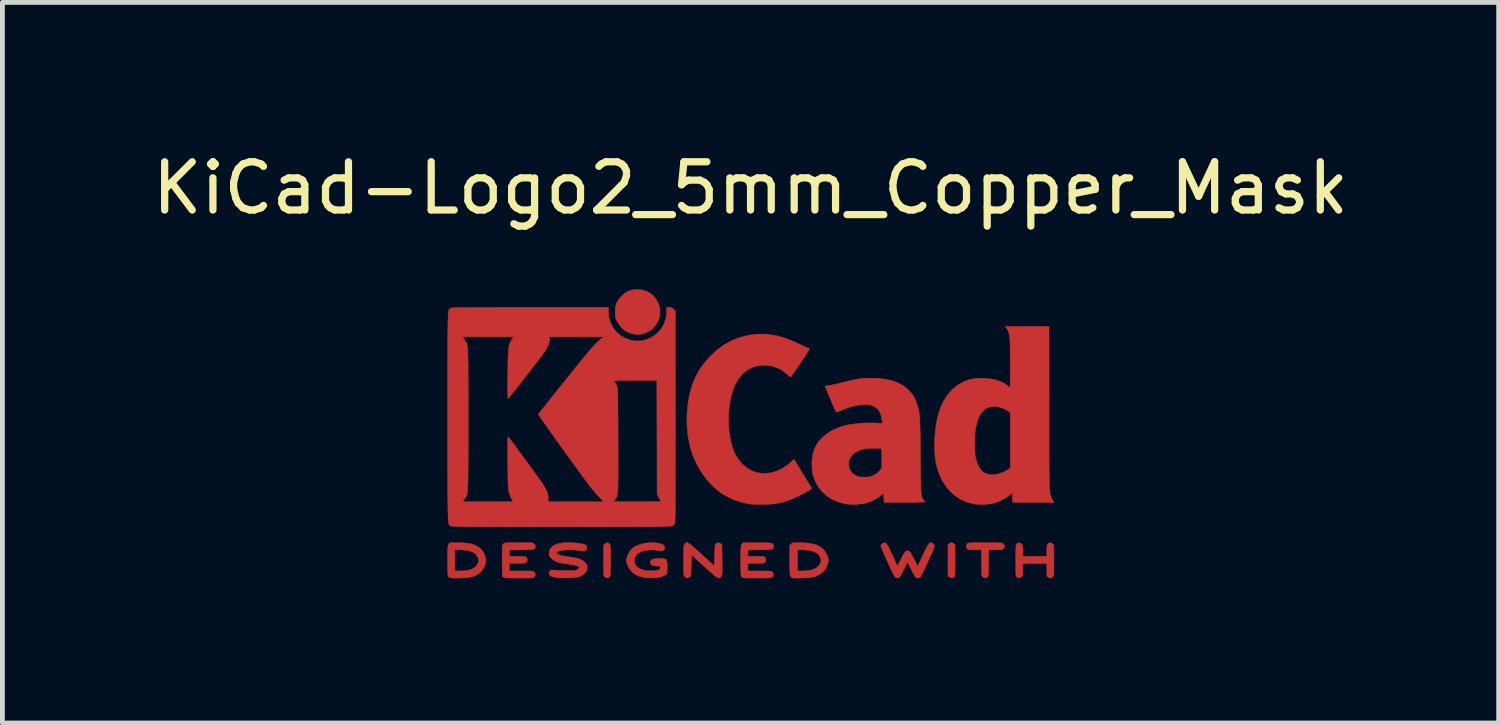
<source format=kicad_pcb>
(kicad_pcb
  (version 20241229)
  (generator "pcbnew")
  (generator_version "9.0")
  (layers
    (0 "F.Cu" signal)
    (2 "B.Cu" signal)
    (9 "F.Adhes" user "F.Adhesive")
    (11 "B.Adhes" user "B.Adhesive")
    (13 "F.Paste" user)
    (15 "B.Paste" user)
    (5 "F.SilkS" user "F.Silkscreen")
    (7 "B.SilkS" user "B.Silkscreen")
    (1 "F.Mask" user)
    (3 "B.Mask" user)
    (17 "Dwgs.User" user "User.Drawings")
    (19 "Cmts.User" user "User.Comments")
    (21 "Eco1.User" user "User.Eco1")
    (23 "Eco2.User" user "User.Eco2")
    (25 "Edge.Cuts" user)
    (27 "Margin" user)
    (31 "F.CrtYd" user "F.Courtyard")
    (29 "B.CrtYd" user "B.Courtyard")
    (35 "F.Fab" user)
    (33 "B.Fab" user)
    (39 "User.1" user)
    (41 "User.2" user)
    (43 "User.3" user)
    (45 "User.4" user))
  (footprint "KiCad-Logo2_5mm_Copper_Mask"
    (layer "F.Cu")
    (at 12.506 5.928)
    (property "Reference" "KiCad-Logo2_5mm_Copper_Mask" (at 0 -5.08 180) (layer "F.SilkS") (effects (font (size 1 1) (thickness 0.15))))
    (attr exclude_from_pos_files exclude_from_bom)
    (fp_poly (pts (xy 4.189 2.276) (xy 4.212 2.291) (xy 4.239 2.312) (xy 4.239 2.634) (xy 4.239 2.728) (xy 4.239 2.802) (xy 4.238 2.859) (xy 4.236 2.901) (xy 4.234 2.931) (xy 4.231 2.951) (xy 4.227 2.965) (xy 4.221 2.974) (xy 4.217 2.979) (xy 4.186 3) (xy 4.15 2.999) (xy 4.119 2.981) (xy 4.092 2.96) (xy 4.092 2.312) (xy 4.119 2.291) (xy 4.145 2.275) (xy 4.166 2.269) (xy 4.189 2.276)) (stroke (width 0.01) (type solid)) (fill yes) (layer "F.Cu"))
    (fp_poly (pts (xy -2.924 2.292) (xy -2.917 2.299) (xy -2.912 2.309) (xy -2.908 2.324) (xy -2.905 2.346) (xy -2.903 2.378) (xy -2.902 2.422) (xy -2.902 2.482) (xy -2.901 2.56) (xy -2.901 2.636) (xy -2.901 2.73) (xy -2.902 2.804) (xy -2.902 2.86) (xy -2.904 2.902) (xy -2.906 2.932) (xy -2.909 2.952) (xy -2.913 2.965) (xy -2.919 2.974) (xy -2.924 2.98) (xy -2.957 3) (xy -2.992 2.998) (xy -3.023 2.977) (xy -3.031 2.968) (xy -3.036 2.959) (xy -3.041 2.945) (xy -3.044 2.924) (xy -3.046 2.895) (xy -3.047 2.853) (xy -3.048 2.796) (xy -3.048 2.722) (xy -3.048 2.638) (xy -3.048 2.324) (xy -3.02 2.297) (xy -2.986 2.273) (xy -2.953 2.273) (xy -2.924 2.292)) (stroke (width 0.01) (type solid)) (fill yes) (layer "F.Cu"))
    (fp_poly (pts (xy -2.273 -2.973) (xy -2.177 -2.949) (xy -2.09 -2.906) (xy -2.015 -2.847) (xy -1.954 -2.772) (xy -1.909 -2.683) (xy -1.883 -2.586) (xy -1.877 -2.489) (xy -1.892 -2.395) (xy -1.926 -2.307) (xy -1.977 -2.228) (xy -2.042 -2.16) (xy -2.121 -2.106) (xy -2.212 -2.068) (xy -2.263 -2.056) (xy -2.308 -2.048) (xy -2.342 -2.045) (xy -2.375 -2.047) (xy -2.415 -2.054) (xy -2.449 -2.061) (xy -2.542 -2.092) (xy -2.626 -2.143) (xy -2.698 -2.213) (xy -2.756 -2.298) (xy -2.77 -2.326) (xy -2.787 -2.362) (xy -2.797 -2.392) (xy -2.802 -2.425) (xy -2.805 -2.466) (xy -2.805 -2.512) (xy -2.801 -2.596) (xy -2.787 -2.665) (xy -2.762 -2.726) (xy -2.723 -2.784) (xy -2.684 -2.829) (xy -2.612 -2.895) (xy -2.537 -2.94) (xy -2.455 -2.967) (xy -2.377 -2.977) (xy -2.273 -2.973)) (stroke (width 0.01) (type solid)) (fill yes) (layer "F.Cu"))
    (fp_poly (pts (xy 4.963 2.269) (xy 5.042 2.27) (xy 5.103 2.27) (xy 5.149 2.272) (xy 5.182 2.274) (xy 5.205 2.277) (xy 5.221 2.28) (xy 5.231 2.285) (xy 5.236 2.289) (xy 5.261 2.321) (xy 5.265 2.355) (xy 5.249 2.386) (xy 5.238 2.398) (xy 5.227 2.406) (xy 5.211 2.412) (xy 5.186 2.414) (xy 5.147 2.416) (xy 5.09 2.416) (xy 5.079 2.416) (xy 4.933 2.416) (xy 4.933 2.687) (xy 4.933 2.772) (xy 4.933 2.838) (xy 4.932 2.887) (xy 4.93 2.922) (xy 4.927 2.946) (xy 4.923 2.962) (xy 4.918 2.972) (xy 4.911 2.98) (xy 4.878 3) (xy 4.843 2.999) (xy 4.812 2.976) (xy 4.81 2.973) (xy 4.802 2.962) (xy 4.797 2.95) (xy 4.793 2.933) (xy 4.79 2.908) (xy 4.788 2.872) (xy 4.787 2.822) (xy 4.787 2.755) (xy 4.786 2.68) (xy 4.786 2.416) (xy 4.647 2.416) (xy 4.587 2.415) (xy 4.546 2.414) (xy 4.519 2.411) (xy 4.502 2.405) (xy 4.49 2.397) (xy 4.489 2.395) (xy 4.473 2.362) (xy 4.474 2.324) (xy 4.493 2.292) (xy 4.5 2.285) (xy 4.51 2.28) (xy 4.524 2.276) (xy 4.545 2.274) (xy 4.575 2.272) (xy 4.618 2.27) (xy 4.676 2.269) (xy 4.75 2.269) (xy 4.844 2.269) (xy 4.864 2.269) (xy 4.963 2.269)) (stroke (width 0.01) (type solid)) (fill yes) (layer "F.Cu"))
    (fp_poly (pts (xy 6.229 2.275) (xy 6.26 2.297) (xy 6.288 2.324) (xy 6.288 2.634) (xy 6.288 2.726) (xy 6.287 2.798) (xy 6.287 2.853) (xy 6.285 2.893) (xy 6.283 2.922) (xy 6.28 2.942) (xy 6.275 2.956) (xy 6.269 2.967) (xy 6.265 2.973) (xy 6.234 2.998) (xy 6.198 3) (xy 6.166 2.985) (xy 6.156 2.976) (xy 6.148 2.965) (xy 6.144 2.946) (xy 6.142 2.915) (xy 6.141 2.869) (xy 6.141 2.833) (xy 6.141 2.698) (xy 5.644 2.698) (xy 5.644 2.821) (xy 5.644 2.877) (xy 5.642 2.915) (xy 5.638 2.941) (xy 5.63 2.96) (xy 5.621 2.973) (xy 5.59 2.998) (xy 5.555 3.001) (xy 5.522 2.983) (xy 5.513 2.974) (xy 5.506 2.962) (xy 5.502 2.943) (xy 5.499 2.914) (xy 5.498 2.87) (xy 5.497 2.808) (xy 5.497 2.794) (xy 5.497 2.678) (xy 5.497 2.582) (xy 5.497 2.504) (xy 5.497 2.443) (xy 5.498 2.396) (xy 5.5 2.361) (xy 5.502 2.335) (xy 5.505 2.318) (xy 5.51 2.306) (xy 5.515 2.298) (xy 5.52 2.292) (xy 5.552 2.272) (xy 5.585 2.275) (xy 5.617 2.297) (xy 5.629 2.311) (xy 5.638 2.327) (xy 5.642 2.35) (xy 5.644 2.384) (xy 5.644 2.436) (xy 5.644 2.551) (xy 6.141 2.551) (xy 6.141 2.433) (xy 6.142 2.378) (xy 6.144 2.341) (xy 6.148 2.317) (xy 6.155 2.301) (xy 6.164 2.292) (xy 6.196 2.272) (xy 6.229 2.275)) (stroke (width 0.01) (type solid)) (fill yes) (layer "F.Cu"))
    (fp_poly (pts (xy 1.018 2.269) (xy 1.147 2.274) (xy 1.257 2.287) (xy 1.349 2.31) (xy 1.426 2.343) (xy 1.489 2.388) (xy 1.539 2.444) (xy 1.58 2.514) (xy 1.58 2.515) (xy 1.605 2.577) (xy 1.613 2.633) (xy 1.606 2.688) (xy 1.584 2.751) (xy 1.579 2.761) (xy 1.55 2.817) (xy 1.517 2.86) (xy 1.475 2.897) (xy 1.417 2.934) (xy 1.414 2.936) (xy 1.364 2.96) (xy 1.307 2.978) (xy 1.24 2.991) (xy 1.159 2.999) (xy 1.06 3.002) (xy 1.025 3.002) (xy 0.86 3.003) (xy 0.836 2.973) (xy 0.829 2.963) (xy 0.824 2.952) (xy 0.82 2.936) (xy 0.817 2.913) (xy 0.815 2.88) (xy 0.814 2.856) (xy 0.971 2.856) (xy 1.065 2.856) (xy 1.12 2.854) (xy 1.176 2.85) (xy 1.222 2.844) (xy 1.225 2.844) (xy 1.307 2.822) (xy 1.371 2.789) (xy 1.418 2.743) (xy 1.451 2.683) (xy 1.457 2.667) (xy 1.463 2.642) (xy 1.46 2.618) (xy 1.448 2.585) (xy 1.441 2.569) (xy 1.418 2.527) (xy 1.39 2.497) (xy 1.359 2.477) (xy 1.297 2.45) (xy 1.218 2.43) (xy 1.125 2.419) (xy 1.058 2.416) (xy 0.971 2.416) (xy 0.971 2.856) (xy 0.814 2.856) (xy 0.814 2.835) (xy 0.813 2.774) (xy 0.813 2.696) (xy 0.813 2.634) (xy 0.813 2.324) (xy 0.841 2.297) (xy 0.853 2.286) (xy 0.866 2.278) (xy 0.885 2.273) (xy 0.913 2.27) (xy 0.955 2.269) (xy 1.015 2.269) (xy 1.018 2.269)) (stroke (width 0.01) (type solid)) (fill yes) (layer "F.Cu"))
    (fp_poly (pts (xy -6.121 2.269) (xy -6.082 2.269) (xy -5.966 2.272) (xy -5.869 2.281) (xy -5.788 2.295) (xy -5.719 2.317) (xy -5.658 2.347) (xy -5.604 2.387) (xy -5.584 2.404) (xy -5.552 2.443) (xy -5.523 2.497) (xy -5.5 2.557) (xy -5.488 2.615) (xy -5.486 2.636) (xy -5.494 2.695) (xy -5.516 2.759) (xy -5.547 2.82) (xy -5.584 2.868) (xy -5.59 2.874) (xy -5.641 2.915) (xy -5.696 2.947) (xy -5.76 2.971) (xy -5.834 2.988) (xy -5.924 2.998) (xy -6.031 3.002) (xy -6.08 3.003) (xy -6.142 3.003) (xy -6.186 3.001) (xy -6.215 2.999) (xy -6.234 2.994) (xy -6.247 2.987) (xy -6.254 2.98) (xy -6.261 2.973) (xy -6.266 2.963) (xy -6.27 2.948) (xy -6.273 2.926) (xy -6.274 2.894) (xy -6.276 2.85) (xy -6.276 2.79) (xy -6.277 2.712) (xy -6.277 2.636) (xy -6.277 2.535) (xy -6.277 2.454) (xy -6.276 2.416) (xy -6.13 2.416) (xy -6.13 2.856) (xy -6.037 2.856) (xy -5.981 2.854) (xy -5.922 2.85) (xy -5.873 2.844) (xy -5.872 2.844) (xy -5.792 2.825) (xy -5.731 2.795) (xy -5.684 2.753) (xy -5.655 2.707) (xy -5.636 2.656) (xy -5.638 2.608) (xy -5.659 2.557) (xy -5.7 2.504) (xy -5.758 2.465) (xy -5.833 2.438) (xy -5.883 2.429) (xy -5.939 2.423) (xy -6 2.418) (xy -6.051 2.416) (xy -6.054 2.416) (xy -6.13 2.416) (xy -6.276 2.416) (xy -6.275 2.392) (xy -6.271 2.345) (xy -6.263 2.312) (xy -6.25 2.29) (xy -6.23 2.277) (xy -6.203 2.27) (xy -6.167 2.269) (xy -6.121 2.269)) (stroke (width 0.01) (type solid)) (fill yes) (layer "F.Cu"))
    (fp_poly (pts (xy -1.3 2.273) (xy -1.277 2.287) (xy -1.246 2.31) (xy -1.206 2.342) (xy -1.156 2.386) (xy -1.094 2.441) (xy -1.018 2.509) (xy -0.931 2.588) (xy -0.751 2.752) (xy -0.745 2.532) (xy -0.743 2.456) (xy -0.741 2.4) (xy -0.739 2.36) (xy -0.736 2.332) (xy -0.731 2.314) (xy -0.725 2.303) (xy -0.717 2.294) (xy -0.713 2.291) (xy -0.678 2.272) (xy -0.645 2.274) (xy -0.619 2.291) (xy -0.593 2.312) (xy -0.589 2.627) (xy -0.588 2.72) (xy -0.588 2.793) (xy -0.588 2.848) (xy -0.589 2.889) (xy -0.591 2.919) (xy -0.594 2.939) (xy -0.598 2.953) (xy -0.604 2.964) (xy -0.61 2.972) (xy -0.623 2.988) (xy -0.637 2.999) (xy -0.652 3.003) (xy -0.671 2.999) (xy -0.695 2.987) (xy -0.727 2.965) (xy -0.768 2.932) (xy -0.821 2.887) (xy -0.886 2.829) (xy -0.96 2.762) (xy -1.225 2.521) (xy -1.23 2.741) (xy -1.233 2.816) (xy -1.235 2.872) (xy -1.237 2.913) (xy -1.24 2.94) (xy -1.244 2.958) (xy -1.25 2.969) (xy -1.259 2.978) (xy -1.263 2.981) (xy -1.3 3) (xy -1.335 2.997) (xy -1.365 2.973) (xy -1.372 2.963) (xy -1.378 2.952) (xy -1.382 2.936) (xy -1.385 2.913) (xy -1.386 2.88) (xy -1.388 2.835) (xy -1.388 2.774) (xy -1.389 2.694) (xy -1.389 2.636) (xy -1.388 2.544) (xy -1.388 2.473) (xy -1.387 2.418) (xy -1.386 2.378) (xy -1.384 2.349) (xy -1.38 2.329) (xy -1.376 2.315) (xy -1.37 2.305) (xy -1.365 2.299) (xy -1.354 2.285) (xy -1.343 2.274) (xy -1.332 2.268) (xy -1.318 2.267) (xy -1.3 2.273)) (stroke (width 0.01) (type solid)) (fill yes) (layer "F.Cu"))
    (fp_poly (pts (xy -1.95 2.275) (xy -1.882 2.286) (xy -1.829 2.304) (xy -1.795 2.327) (xy -1.785 2.341) (xy -1.776 2.372) (xy -1.782 2.4) (xy -1.802 2.427) (xy -1.834 2.44) (xy -1.879 2.439) (xy -1.914 2.432) (xy -1.992 2.419) (xy -2.072 2.418) (xy -2.162 2.428) (xy -2.186 2.433) (xy -2.269 2.456) (xy -2.334 2.491) (xy -2.38 2.537) (xy -2.407 2.592) (xy -2.413 2.621) (xy -2.409 2.68) (xy -2.386 2.732) (xy -2.345 2.776) (xy -2.288 2.811) (xy -2.219 2.837) (xy -2.138 2.852) (xy -2.048 2.854) (xy -1.951 2.845) (xy -1.945 2.844) (xy -1.907 2.836) (xy -1.885 2.83) (xy -1.876 2.819) (xy -1.874 2.802) (xy -1.874 2.793) (xy -1.874 2.754) (xy -1.942 2.754) (xy -2.003 2.75) (xy -2.044 2.737) (xy -2.068 2.714) (xy -2.077 2.679) (xy -2.077 2.674) (xy -2.072 2.645) (xy -2.054 2.623) (xy -2.022 2.609) (xy -1.972 2.601) (xy -1.923 2.598) (xy -1.852 2.596) (xy -1.801 2.599) (xy -1.766 2.609) (xy -1.744 2.628) (xy -1.733 2.66) (xy -1.728 2.708) (xy -1.727 2.77) (xy -1.729 2.84) (xy -1.733 2.887) (xy -1.74 2.912) (xy -1.741 2.914) (xy -1.78 2.946) (xy -1.837 2.97) (xy -1.909 2.988) (xy -1.991 2.999) (xy -2.081 3.001) (xy -2.175 2.994) (xy -2.23 2.986) (xy -2.316 2.962) (xy -2.396 2.922) (xy -2.463 2.87) (xy -2.473 2.86) (xy -2.506 2.816) (xy -2.536 2.762) (xy -2.559 2.706) (xy -2.572 2.654) (xy -2.574 2.635) (xy -2.567 2.593) (xy -2.55 2.542) (xy -2.524 2.488) (xy -2.495 2.439) (xy -2.469 2.406) (xy -2.408 2.357) (xy -2.329 2.319) (xy -2.235 2.29) (xy -2.129 2.274) (xy -2.032 2.27) (xy -1.95 2.275)) (stroke (width 0.01) (type solid)) (fill yes) (layer "F.Cu"))
    (fp_poly (pts (xy 0.23 2.269) (xy 0.307 2.27) (xy 0.365 2.272) (xy 0.408 2.276) (xy 0.438 2.282) (xy 0.457 2.291) (xy 0.468 2.303) (xy 0.473 2.319) (xy 0.474 2.339) (xy 0.474 2.341) (xy 0.473 2.364) (xy 0.468 2.382) (xy 0.457 2.395) (xy 0.437 2.404) (xy 0.406 2.41) (xy 0.36 2.414) (xy 0.298 2.417) (xy 0.216 2.418) (xy 0.191 2.418) (xy -0.051 2.421) (xy -0.054 2.486) (xy -0.058 2.551) (xy 0.111 2.551) (xy 0.176 2.552) (xy 0.223 2.553) (xy 0.255 2.555) (xy 0.276 2.559) (xy 0.289 2.565) (xy 0.299 2.573) (xy 0.299 2.573) (xy 0.316 2.607) (xy 0.316 2.643) (xy 0.297 2.674) (xy 0.294 2.678) (xy 0.281 2.686) (xy 0.263 2.692) (xy 0.237 2.695) (xy 0.197 2.697) (xy 0.142 2.698) (xy 0.106 2.698) (xy -0.056 2.698) (xy -0.056 2.856) (xy 0.19 2.856) (xy 0.272 2.856) (xy 0.333 2.857) (xy 0.379 2.858) (xy 0.41 2.86) (xy 0.431 2.864) (xy 0.445 2.868) (xy 0.453 2.874) (xy 0.455 2.877) (xy 0.472 2.908) (xy 0.473 2.944) (xy 0.46 2.975) (xy 0.449 2.985) (xy 0.438 2.991) (xy 0.421 2.995) (xy 0.396 2.998) (xy 0.359 3) (xy 0.308 3.002) (xy 0.24 3.003) (xy 0.153 3.003) (xy 0.133 3.003) (xy 0.045 3.003) (xy -0.024 3.002) (xy -0.075 3.002) (xy -0.113 3) (xy -0.139 2.998) (xy -0.156 2.994) (xy -0.167 2.989) (xy -0.176 2.983) (xy -0.18 2.978) (xy -0.187 2.97) (xy -0.192 2.96) (xy -0.196 2.945) (xy -0.199 2.923) (xy -0.201 2.89) (xy -0.202 2.845) (xy -0.203 2.785) (xy -0.203 2.707) (xy -0.203 2.641) (xy -0.203 2.549) (xy -0.203 2.476) (xy -0.202 2.421) (xy -0.201 2.38) (xy -0.198 2.35) (xy -0.195 2.33) (xy -0.191 2.316) (xy -0.185 2.305) (xy -0.18 2.299) (xy -0.156 2.269) (xy 0.134 2.269) (xy 0.23 2.269)) (stroke (width 0.01) (type solid)) (fill yes) (layer "F.Cu"))
    (fp_poly (pts (xy -4.713 2.269) (xy -4.643 2.27) (xy -4.591 2.27) (xy -4.553 2.272) (xy -4.526 2.274) (xy -4.508 2.278) (xy -4.496 2.283) (xy -4.487 2.289) (xy -4.484 2.292) (xy -4.464 2.323) (xy -4.46 2.359) (xy -4.473 2.391) (xy -4.48 2.397) (xy -4.489 2.403) (xy -4.505 2.408) (xy -4.529 2.412) (xy -4.566 2.414) (xy -4.617 2.416) (xy -4.685 2.418) (xy -4.748 2.418) (xy -4.995 2.421) (xy -4.999 2.486) (xy -5.002 2.551) (xy -4.834 2.551) (xy -4.761 2.552) (xy -4.708 2.555) (xy -4.671 2.56) (xy -4.647 2.57) (xy -4.634 2.586) (xy -4.629 2.607) (xy -4.628 2.628) (xy -4.631 2.653) (xy -4.64 2.671) (xy -4.659 2.684) (xy -4.691 2.692) (xy -4.738 2.696) (xy -4.804 2.698) (xy -4.84 2.698) (xy -5.001 2.698) (xy -5.001 2.856) (xy -4.753 2.856) (xy -4.671 2.856) (xy -4.609 2.857) (xy -4.564 2.858) (xy -4.532 2.86) (xy -4.511 2.863) (xy -4.496 2.868) (xy -4.487 2.874) (xy -4.482 2.879) (xy -4.465 2.906) (xy -4.459 2.929) (xy -4.467 2.959) (xy -4.482 2.98) (xy -4.49 2.987) (xy -4.5 2.992) (xy -4.515 2.996) (xy -4.538 2.999) (xy -4.571 3.001) (xy -4.618 3.002) (xy -4.68 3.003) (xy -4.761 3.003) (xy -4.803 3.003) (xy -4.894 3.003) (xy -4.964 3.002) (xy -5.017 3.002) (xy -5.056 3) (xy -5.083 2.998) (xy -5.101 2.994) (xy -5.113 2.99) (xy -5.122 2.983) (xy -5.125 2.98) (xy -5.132 2.973) (xy -5.137 2.963) (xy -5.141 2.948) (xy -5.144 2.926) (xy -5.146 2.894) (xy -5.147 2.849) (xy -5.147 2.789) (xy -5.148 2.711) (xy -5.148 2.638) (xy -5.148 2.545) (xy -5.147 2.471) (xy -5.147 2.415) (xy -5.146 2.374) (xy -5.144 2.345) (xy -5.141 2.325) (xy -5.136 2.312) (xy -5.131 2.303) (xy -5.123 2.295) (xy -5.122 2.294) (xy -5.113 2.286) (xy -5.103 2.28) (xy -5.089 2.276) (xy -5.067 2.273) (xy -5.036 2.271) (xy -4.993 2.27) (xy -4.934 2.269) (xy -4.857 2.269) (xy -4.802 2.269) (xy -4.713 2.269)) (stroke (width 0.01) (type solid)) (fill yes) (layer "F.Cu"))
    (fp_poly (pts (xy 3.745 2.271) (xy 3.764 2.278) (xy 3.765 2.278) (xy 3.792 2.299) (xy 3.806 2.32) (xy 3.809 2.329) (xy 3.809 2.342) (xy 3.805 2.361) (xy 3.796 2.387) (xy 3.782 2.424) (xy 3.761 2.473) (xy 3.732 2.536) (xy 3.695 2.617) (xy 3.675 2.661) (xy 3.639 2.74) (xy 3.604 2.812) (xy 3.574 2.876) (xy 3.548 2.928) (xy 3.528 2.965) (xy 3.516 2.986) (xy 3.513 2.989) (xy 3.482 3.001) (xy 3.447 3) (xy 3.419 2.984) (xy 3.418 2.983) (xy 3.407 2.966) (xy 3.388 2.933) (xy 3.364 2.888) (xy 3.337 2.836) (xy 3.327 2.817) (xy 3.254 2.67) (xy 3.174 2.829) (xy 3.146 2.884) (xy 3.119 2.932) (xy 3.097 2.969) (xy 3.081 2.991) (xy 3.076 2.996) (xy 3.034 3.002) (xy 3 2.989) (xy 2.99 2.974) (xy 2.972 2.943) (xy 2.949 2.897) (xy 2.921 2.839) (xy 2.89 2.774) (xy 2.857 2.704) (xy 2.824 2.631) (xy 2.792 2.56) (xy 2.763 2.494) (xy 2.737 2.435) (xy 2.718 2.386) (xy 2.705 2.352) (xy 2.7 2.334) (xy 2.7 2.334) (xy 2.711 2.311) (xy 2.733 2.289) (xy 2.735 2.288) (xy 2.762 2.272) (xy 2.787 2.273) (xy 2.796 2.275) (xy 2.808 2.282) (xy 2.82 2.294) (xy 2.834 2.315) (xy 2.852 2.347) (xy 2.875 2.393) (xy 2.905 2.455) (xy 2.932 2.512) (xy 2.962 2.578) (xy 2.99 2.638) (xy 3.013 2.688) (xy 3.03 2.725) (xy 3.039 2.746) (xy 3.041 2.749) (xy 3.047 2.743) (xy 3.061 2.721) (xy 3.081 2.685) (xy 3.106 2.638) (xy 3.115 2.619) (xy 3.148 2.554) (xy 3.174 2.507) (xy 3.194 2.474) (xy 3.21 2.454) (xy 3.226 2.443) (xy 3.242 2.439) (xy 3.252 2.438) (xy 3.271 2.44) (xy 3.287 2.447) (xy 3.303 2.462) (xy 3.321 2.487) (xy 3.344 2.526) (xy 3.373 2.581) (xy 3.389 2.613) (xy 3.415 2.663) (xy 3.437 2.705) (xy 3.454 2.734) (xy 3.464 2.748) (xy 3.466 2.749) (xy 3.472 2.738) (xy 3.487 2.709) (xy 3.508 2.666) (xy 3.534 2.612) (xy 3.564 2.548) (xy 3.578 2.517) (xy 3.616 2.436) (xy 3.647 2.374) (xy 3.672 2.328) (xy 3.692 2.297) (xy 3.71 2.278) (xy 3.727 2.271) (xy 3.745 2.271)) (stroke (width 0.01) (type solid)) (fill yes) (layer "F.Cu"))
    (fp_poly (pts (xy -3.692 2.27) (xy -3.617 2.276) (xy -3.547 2.284) (xy -3.487 2.295) (xy -3.44 2.308) (xy -3.41 2.323) (xy -3.406 2.327) (xy -3.39 2.362) (xy -3.395 2.397) (xy -3.419 2.428) (xy -3.421 2.429) (xy -3.435 2.438) (xy -3.45 2.443) (xy -3.471 2.443) (xy -3.503 2.44) (xy -3.552 2.432) (xy -3.556 2.432) (xy -3.629 2.423) (xy -3.707 2.418) (xy -3.786 2.418) (xy -3.859 2.422) (xy -3.922 2.43) (xy -3.968 2.443) (xy -3.971 2.444) (xy -4.005 2.463) (xy -4.017 2.482) (xy -4.008 2.5) (xy -3.978 2.518) (xy -3.929 2.535) (xy -3.861 2.549) (xy -3.816 2.556) (xy -3.721 2.57) (xy -3.647 2.582) (xy -3.588 2.594) (xy -3.542 2.608) (xy -3.506 2.623) (xy -3.476 2.641) (xy -3.449 2.664) (xy -3.428 2.686) (xy -3.403 2.717) (xy -3.391 2.743) (xy -3.387 2.776) (xy -3.387 2.788) (xy -3.39 2.828) (xy -3.401 2.857) (xy -3.421 2.883) (xy -3.462 2.924) (xy -3.508 2.954) (xy -3.562 2.976) (xy -3.627 2.991) (xy -3.707 2.999) (xy -3.805 3.001) (xy -3.821 3.001) (xy -3.887 3) (xy -3.952 2.997) (xy -4.009 2.992) (xy -4.052 2.987) (xy -4.055 2.987) (xy -4.098 2.976) (xy -4.134 2.964) (xy -4.154 2.952) (xy -4.173 2.922) (xy -4.174 2.886) (xy -4.158 2.854) (xy -4.154 2.851) (xy -4.139 2.84) (xy -4.12 2.835) (xy -4.091 2.836) (xy -4.056 2.84) (xy -4.016 2.844) (xy -3.96 2.847) (xy -3.895 2.849) (xy -3.828 2.85) (xy -3.81 2.85) (xy -3.742 2.85) (xy -3.692 2.849) (xy -3.657 2.846) (xy -3.63 2.841) (xy -3.609 2.834) (xy -3.596 2.828) (xy -3.568 2.811) (xy -3.55 2.796) (xy -3.547 2.792) (xy -3.553 2.774) (xy -3.579 2.757) (xy -3.624 2.741) (xy -3.687 2.728) (xy -3.705 2.725) (xy -3.801 2.71) (xy -3.878 2.697) (xy -3.938 2.686) (xy -3.984 2.676) (xy -4.021 2.665) (xy -4.049 2.653) (xy -4.073 2.639) (xy -4.096 2.622) (xy -4.119 2.601) (xy -4.127 2.594) (xy -4.155 2.567) (xy -4.17 2.545) (xy -4.176 2.52) (xy -4.177 2.489) (xy -4.167 2.428) (xy -4.136 2.376) (xy -4.085 2.333) (xy -4.013 2.3) (xy -3.962 2.285) (xy -3.907 2.275) (xy -3.841 2.27) (xy -3.768 2.268) (xy -3.692 2.27)) (stroke (width 0.01) (type solid)) (fill yes) (layer "F.Cu"))
    (fp_poly (pts (xy 0.328 -2.051) (xy 0.489 -2.03) (xy 0.653 -1.99) (xy 0.822 -1.93) (xy 1 -1.851) (xy 1.011 -1.845) (xy 1.069 -1.817) (xy 1.121 -1.793) (xy 1.162 -1.775) (xy 1.19 -1.764) (xy 1.2 -1.761) (xy 1.219 -1.756) (xy 1.224 -1.752) (xy 1.218 -1.741) (xy 1.202 -1.715) (xy 1.177 -1.676) (xy 1.145 -1.626) (xy 1.107 -1.569) (xy 1.066 -1.507) (xy 1.023 -1.442) (xy 0.98 -1.379) (xy 0.939 -1.319) (xy 0.902 -1.265) (xy 0.871 -1.22) (xy 0.847 -1.186) (xy 0.832 -1.167) (xy 0.83 -1.165) (xy 0.82 -1.17) (xy 0.798 -1.187) (xy 0.767 -1.214) (xy 0.752 -1.228) (xy 0.655 -1.303) (xy 0.548 -1.359) (xy 0.433 -1.394) (xy 0.31 -1.408) (xy 0.241 -1.407) (xy 0.119 -1.39) (xy 0.01 -1.354) (xy -0.087 -1.299) (xy -0.174 -1.225) (xy -0.249 -1.131) (xy -0.314 -1.018) (xy -0.351 -0.931) (xy -0.395 -0.796) (xy -0.428 -0.648) (xy -0.448 -0.493) (xy -0.458 -0.333) (xy -0.456 -0.173) (xy -0.443 -0.016) (xy -0.419 0.133) (xy -0.384 0.271) (xy -0.338 0.395) (xy -0.322 0.429) (xy -0.253 0.543) (xy -0.173 0.64) (xy -0.081 0.718) (xy 0.02 0.777) (xy 0.13 0.816) (xy 0.247 0.834) (xy 0.289 0.835) (xy 0.41 0.824) (xy 0.531 0.791) (xy 0.649 0.737) (xy 0.762 0.663) (xy 0.854 0.585) (xy 0.9 0.54) (xy 1.081 0.837) (xy 1.127 0.911) (xy 1.168 0.98) (xy 1.204 1.039) (xy 1.233 1.088) (xy 1.254 1.124) (xy 1.265 1.144) (xy 1.266 1.147) (xy 1.258 1.157) (xy 1.233 1.174) (xy 1.193 1.197) (xy 1.142 1.225) (xy 1.084 1.255) (xy 1.021 1.287) (xy 0.958 1.318) (xy 0.896 1.346) (xy 0.839 1.371) (xy 0.791 1.391) (xy 0.768 1.399) (xy 0.634 1.437) (xy 0.496 1.462) (xy 0.349 1.475) (xy 0.222 1.477) (xy 0.154 1.476) (xy 0.088 1.474) (xy 0.031 1.471) (xy -0.013 1.468) (xy -0.027 1.466) (xy -0.166 1.438) (xy -0.307 1.392) (xy -0.445 1.334) (xy -0.572 1.264) (xy -0.649 1.211) (xy -0.777 1.103) (xy -0.895 0.977) (xy -1.002 0.835) (xy -1.095 0.681) (xy -1.173 0.518) (xy -1.217 0.401) (xy -1.267 0.217) (xy -1.301 0.023) (xy -1.318 -0.179) (xy -1.318 -0.382) (xy -1.301 -0.584) (xy -1.268 -0.781) (xy -1.217 -0.967) (xy -1.214 -0.978) (xy -1.151 -1.14) (xy -1.074 -1.288) (xy -0.981 -1.426) (xy -0.868 -1.558) (xy -0.825 -1.604) (xy -0.688 -1.728) (xy -0.549 -1.83) (xy -0.403 -1.912) (xy -0.249 -1.975) (xy -0.084 -2.02) (xy 0.011 -2.038) (xy 0.17 -2.054) (xy 0.328 -2.051)) (stroke (width 0.01) (type solid)) (fill yes) (layer "F.Cu"))
    (fp_poly (pts (xy 6.187 -0.528) (xy 6.187 -0.293) (xy 6.187 -0.08) (xy 6.187 0.112) (xy 6.187 0.285) (xy 6.187 0.441) (xy 6.188 0.579) (xy 6.188 0.701) (xy 6.189 0.808) (xy 6.19 0.901) (xy 6.192 0.982) (xy 6.194 1.051) (xy 6.196 1.11) (xy 6.198 1.159) (xy 6.202 1.2) (xy 6.205 1.234) (xy 6.21 1.262) (xy 6.214 1.285) (xy 6.22 1.304) (xy 6.226 1.321) (xy 6.233 1.335) (xy 6.24 1.349) (xy 6.249 1.364) (xy 6.254 1.373) (xy 6.288 1.434) (xy 5.43 1.434) (xy 5.43 1.338) (xy 5.429 1.294) (xy 5.427 1.261) (xy 5.424 1.243) (xy 5.423 1.242) (xy 5.412 1.249) (xy 5.389 1.267) (xy 5.366 1.286) (xy 5.312 1.327) (xy 5.242 1.368) (xy 5.165 1.405) (xy 5.088 1.435) (xy 5.057 1.445) (xy 4.989 1.46) (xy 4.906 1.47) (xy 4.816 1.475) (xy 4.728 1.474) (xy 4.649 1.469) (xy 4.612 1.463) (xy 4.473 1.425) (xy 4.346 1.367) (xy 4.23 1.29) (xy 4.127 1.195) (xy 4.036 1.081) (xy 3.969 0.97) (xy 3.914 0.854) (xy 3.872 0.734) (xy 3.842 0.608) (xy 3.823 0.472) (xy 3.815 0.32) (xy 3.814 0.243) (xy 3.816 0.186) (xy 4.645 0.186) (xy 4.645 0.279) (xy 4.648 0.367) (xy 4.654 0.444) (xy 4.662 0.505) (xy 4.665 0.517) (xy 4.697 0.625) (xy 4.738 0.712) (xy 4.79 0.779) (xy 4.853 0.826) (xy 4.926 0.853) (xy 5.011 0.862) (xy 5.107 0.851) (xy 5.17 0.835) (xy 5.219 0.817) (xy 5.274 0.791) (xy 5.314 0.767) (xy 5.385 0.721) (xy 5.385 -0.429) (xy 5.317 -0.473) (xy 5.239 -0.514) (xy 5.155 -0.541) (xy 5.07 -0.553) (xy 4.988 -0.549) (xy 4.915 -0.53) (xy 4.883 -0.515) (xy 4.826 -0.472) (xy 4.777 -0.415) (xy 4.735 -0.342) (xy 4.701 -0.252) (xy 4.672 -0.141) (xy 4.671 -0.135) (xy 4.66 -0.073) (xy 4.653 0.005) (xy 4.648 0.093) (xy 4.645 0.186) (xy 3.816 0.186) (xy 3.822 0.03) (xy 3.844 -0.166) (xy 3.88 -0.345) (xy 3.93 -0.506) (xy 3.994 -0.65) (xy 4.071 -0.777) (xy 4.163 -0.886) (xy 4.268 -0.977) (xy 4.314 -1.008) (xy 4.415 -1.064) (xy 4.518 -1.104) (xy 4.628 -1.128) (xy 4.749 -1.138) (xy 4.842 -1.137) (xy 4.971 -1.126) (xy 5.084 -1.104) (xy 5.183 -1.07) (xy 5.271 -1.024) (xy 5.32 -0.99) (xy 5.349 -0.968) (xy 5.371 -0.953) (xy 5.379 -0.948) (xy 5.381 -0.959) (xy 5.382 -0.99) (xy 5.383 -1.037) (xy 5.384 -1.1) (xy 5.384 -1.173) (xy 5.384 -1.256) (xy 5.384 -1.344) (xy 5.384 -1.436) (xy 5.383 -1.528) (xy 5.382 -1.618) (xy 5.381 -1.704) (xy 5.38 -1.781) (xy 5.379 -1.848) (xy 5.377 -1.902) (xy 5.375 -1.94) (xy 5.375 -1.947) (xy 5.367 -2.018) (xy 5.356 -2.073) (xy 5.338 -2.12) (xy 5.312 -2.166) (xy 5.305 -2.176) (xy 5.281 -2.213) (xy 6.186 -2.213) (xy 6.187 -0.528)) (stroke (width 0.01) (type solid)) (fill yes) (layer "F.Cu"))
    (fp_poly (pts (xy 2.674 -1.133) (xy 2.825 -1.113) (xy 2.961 -1.08) (xy 3.08 -1.032) (xy 3.185 -0.971) (xy 3.262 -0.907) (xy 3.331 -0.833) (xy 3.385 -0.753) (xy 3.428 -0.661) (xy 3.443 -0.618) (xy 3.456 -0.579) (xy 3.467 -0.543) (xy 3.477 -0.508) (xy 3.485 -0.472) (xy 3.492 -0.433) (xy 3.498 -0.39) (xy 3.503 -0.34) (xy 3.507 -0.283) (xy 3.51 -0.215) (xy 3.513 -0.136) (xy 3.515 -0.043) (xy 3.517 0.066) (xy 3.518 0.192) (xy 3.52 0.337) (xy 3.521 0.48) (xy 3.522 0.636) (xy 3.524 0.771) (xy 3.525 0.887) (xy 3.526 0.986) (xy 3.528 1.068) (xy 3.53 1.136) (xy 3.532 1.192) (xy 3.535 1.236) (xy 3.539 1.271) (xy 3.544 1.299) (xy 3.55 1.321) (xy 3.557 1.338) (xy 3.565 1.352) (xy 3.574 1.366) (xy 3.585 1.38) (xy 3.59 1.385) (xy 3.605 1.408) (xy 3.612 1.423) (xy 3.612 1.424) (xy 3.602 1.426) (xy 3.571 1.428) (xy 3.522 1.43) (xy 3.458 1.431) (xy 3.382 1.433) (xy 3.295 1.433) (xy 3.2 1.434) (xy 3.19 1.434) (xy 2.767 1.434) (xy 2.763 1.338) (xy 2.76 1.242) (xy 2.698 1.293) (xy 2.601 1.36) (xy 2.491 1.415) (xy 2.404 1.445) (xy 2.335 1.46) (xy 2.252 1.47) (xy 2.162 1.475) (xy 2.074 1.474) (xy 1.995 1.468) (xy 1.959 1.463) (xy 1.819 1.425) (xy 1.692 1.37) (xy 1.58 1.299) (xy 1.484 1.213) (xy 1.404 1.112) (xy 1.341 0.997) (xy 1.296 0.871) (xy 1.284 0.814) (xy 1.276 0.752) (xy 1.273 0.677) (xy 1.272 0.643) (xy 1.272 0.64) (xy 2.032 0.64) (xy 2.042 0.715) (xy 2.07 0.779) (xy 2.118 0.835) (xy 2.123 0.839) (xy 2.172 0.874) (xy 2.223 0.897) (xy 2.284 0.909) (xy 2.359 0.911) (xy 2.377 0.911) (xy 2.431 0.908) (xy 2.471 0.903) (xy 2.506 0.893) (xy 2.545 0.876) (xy 2.556 0.871) (xy 2.616 0.835) (xy 2.663 0.792) (xy 2.676 0.777) (xy 2.721 0.72) (xy 2.721 0.525) (xy 2.72 0.446) (xy 2.718 0.388) (xy 2.715 0.349) (xy 2.711 0.327) (xy 2.707 0.32) (xy 2.691 0.317) (xy 2.657 0.314) (xy 2.61 0.313) (xy 2.555 0.312) (xy 2.546 0.312) (xy 2.425 0.317) (xy 2.323 0.333) (xy 2.236 0.361) (xy 2.164 0.401) (xy 2.109 0.448) (xy 2.064 0.506) (xy 2.039 0.569) (xy 2.032 0.64) (xy 1.272 0.64) (xy 1.274 0.55) (xy 1.283 0.471) (xy 1.299 0.4) (xy 1.324 0.329) (xy 1.348 0.276) (xy 1.407 0.181) (xy 1.485 0.093) (xy 1.58 0.014) (xy 1.69 -0.055) (xy 1.813 -0.111) (xy 1.945 -0.154) (xy 2.009 -0.169) (xy 2.146 -0.191) (xy 2.294 -0.206) (xy 2.446 -0.212) (xy 2.572 -0.211) (xy 2.734 -0.204) (xy 2.727 -0.263) (xy 2.707 -0.362) (xy 2.676 -0.443) (xy 2.632 -0.506) (xy 2.575 -0.551) (xy 2.503 -0.58) (xy 2.416 -0.594) (xy 2.313 -0.591) (xy 2.275 -0.587) (xy 2.134 -0.562) (xy 1.997 -0.521) (xy 1.902 -0.483) (xy 1.857 -0.464) (xy 1.819 -0.448) (xy 1.792 -0.439) (xy 1.785 -0.437) (xy 1.775 -0.446) (xy 1.758 -0.475) (xy 1.734 -0.524) (xy 1.703 -0.594) (xy 1.665 -0.684) (xy 1.658 -0.7) (xy 1.628 -0.772) (xy 1.601 -0.838) (xy 1.578 -0.893) (xy 1.561 -0.936) (xy 1.55 -0.963) (xy 1.547 -0.972) (xy 1.557 -0.977) (xy 1.583 -0.982) (xy 1.611 -0.986) (xy 1.642 -0.991) (xy 1.689 -1) (xy 1.751 -1.013) (xy 1.821 -1.029) (xy 1.896 -1.047) (xy 1.925 -1.054) (xy 2.03 -1.08) (xy 2.117 -1.1) (xy 2.192 -1.115) (xy 2.258 -1.126) (xy 2.319 -1.133) (xy 2.381 -1.138) (xy 2.446 -1.14) (xy 2.504 -1.14) (xy 2.674 -1.133)) (stroke (width 0.01) (type solid)) (fill yes) (layer "F.Cu"))
    (fp_poly (pts (xy -2.946 -2.511) (xy -2.936 -2.397) (xy -2.904 -2.289) (xy -2.853 -2.19) (xy -2.784 -2.102) (xy -2.699 -2.027) (xy -2.602 -1.97) (xy -2.496 -1.93) (xy -2.389 -1.911) (xy -2.283 -1.913) (xy -2.181 -1.932) (xy -2.085 -1.969) (xy -1.996 -2.021) (xy -1.917 -2.087) (xy -1.849 -2.167) (xy -1.796 -2.258) (xy -1.759 -2.359) (xy -1.74 -2.47) (xy -1.738 -2.52) (xy -1.738 -2.608) (xy -1.687 -2.608) (xy -1.65 -2.605) (xy -1.623 -2.593) (xy -1.596 -2.569) (xy -1.558 -2.531) (xy -1.558 -0.339) (xy -1.558 -0.077) (xy -1.558 0.163) (xy -1.558 0.383) (xy -1.558 0.583) (xy -1.558 0.764) (xy -1.558 0.928) (xy -1.559 1.074) (xy -1.559 1.205) (xy -1.559 1.32) (xy -1.56 1.421) (xy -1.561 1.509) (xy -1.561 1.585) (xy -1.562 1.65) (xy -1.563 1.704) (xy -1.564 1.749) (xy -1.565 1.786) (xy -1.567 1.815) (xy -1.568 1.837) (xy -1.57 1.854) (xy -1.572 1.866) (xy -1.574 1.874) (xy -1.576 1.88) (xy -1.577 1.882) (xy -1.581 1.889) (xy -1.585 1.895) (xy -1.589 1.901) (xy -1.594 1.906) (xy -1.601 1.911) (xy -1.611 1.916) (xy -1.625 1.92) (xy -1.645 1.923) (xy -1.669 1.926) (xy -1.701 1.929) (xy -1.741 1.931) (xy -1.789 1.934) (xy -1.846 1.935) (xy -1.914 1.937) (xy -1.994 1.938) (xy -2.085 1.939) (xy -2.19 1.94) (xy -2.309 1.94) (xy -2.443 1.941) (xy -2.593 1.941) (xy -2.76 1.941) (xy -2.945 1.942) (xy -3.149 1.942) (xy -3.372 1.942) (xy -3.616 1.941) (xy -3.881 1.941) (xy -3.92 1.941) (xy -4.187 1.941) (xy -4.432 1.941) (xy -4.657 1.941) (xy -4.861 1.941) (xy -5.047 1.941) (xy -5.215 1.941) (xy -5.366 1.94) (xy -5.501 1.94) (xy -5.62 1.939) (xy -5.725 1.939) (xy -5.817 1.938) (xy -5.896 1.938) (xy -5.964 1.937) (xy -6.021 1.936) (xy -6.069 1.935) (xy -6.107 1.933) (xy -6.138 1.932) (xy -6.162 1.931) (xy -6.18 1.929) (xy -6.192 1.927) (xy -6.201 1.925) (xy -6.205 1.923) (xy -6.214 1.92) (xy -6.221 1.917) (xy -6.229 1.915) (xy -6.235 1.911) (xy -6.241 1.906) (xy -6.246 1.897) (xy -6.251 1.885) (xy -6.255 1.869) (xy -6.259 1.846) (xy -6.262 1.818) (xy -6.265 1.781) (xy -6.268 1.737) (xy -6.27 1.683) (xy -6.271 1.618) (xy -6.273 1.543) (xy -6.274 1.455) (xy -6.275 1.354) (xy -6.276 1.239) (xy -6.276 1.11) (xy -6.276 0.964) (xy -6.277 0.802) (xy -6.277 0.621) (xy -6.277 0.422) (xy -6.277 0.204) (xy -6.277 -0.035) (xy -6.277 -0.296) (xy -6.277 -0.338) (xy -6.277 -0.601) (xy -6.277 -0.842) (xy -6.277 -1.063) (xy -6.277 -1.264) (xy -6.277 -1.446) (xy -6.276 -1.61) (xy -6.276 -1.757) (xy -6.276 -1.888) (xy -6.275 -1.998) (xy -5.972 -1.998) (xy -5.932 -1.94) (xy -5.921 -1.925) (xy -5.911 -1.911) (xy -5.902 -1.897) (xy -5.894 -1.883) (xy -5.887 -1.868) (xy -5.881 -1.849) (xy -5.875 -1.826) (xy -5.871 -1.798) (xy -5.867 -1.764) (xy -5.863 -1.722) (xy -5.861 -1.67) (xy -5.858 -1.609) (xy -5.857 -1.537) (xy -5.855 -1.452) (xy -5.855 -1.354) (xy -5.854 -1.24) (xy -5.853 -1.111) (xy -5.853 -0.965) (xy -5.853 -0.8) (xy -5.853 -0.616) (xy -5.853 -0.41) (xy -5.853 -0.288) (xy -5.853 -0.071) (xy -5.853 0.125) (xy -5.853 0.3) (xy -5.853 0.456) (xy -5.854 0.595) (xy -5.854 0.717) (xy -5.855 0.823) (xy -5.856 0.915) (xy -5.857 0.994) (xy -5.859 1.062) (xy -5.862 1.118) (xy -5.865 1.165) (xy -5.868 1.204) (xy -5.872 1.235) (xy -5.877 1.261) (xy -5.883 1.282) (xy -5.89 1.299) (xy -5.897 1.314) (xy -5.906 1.327) (xy -5.915 1.341) (xy -5.925 1.356) (xy -5.932 1.365) (xy -5.97 1.422) (xy -5.439 1.422) (xy -5.315 1.422) (xy -5.213 1.422) (xy -5.129 1.422) (xy -5.063 1.421) (xy -5.012 1.42) (xy -4.974 1.419) (xy -4.948 1.417) (xy -4.932 1.415) (xy -4.923 1.412) (xy -4.921 1.408) (xy -4.923 1.404) (xy -4.925 1.403) (xy -4.95 1.366) (xy -4.976 1.313) (xy -4.999 1.251) (xy -5.007 1.224) (xy -5.012 1.206) (xy -5.016 1.185) (xy -5.019 1.159) (xy -5.022 1.126) (xy -5.024 1.083) (xy -5.026 1.028) (xy -5.028 0.96) (xy -5.029 0.877) (xy -5.03 0.775) (xy -5.031 0.654) (xy -5.032 0.61) (xy -5.033 0.484) (xy -5.033 0.38) (xy -5.034 0.295) (xy -5.034 0.227) (xy -5.034 0.174) (xy -5.033 0.135) (xy -5.031 0.107) (xy -5.029 0.09) (xy -5.027 0.081) (xy -5.023 0.078) (xy -5.019 0.08) (xy -5.015 0.085) (xy -5.004 0.098) (xy -4.982 0.127) (xy -4.95 0.17) (xy -4.909 0.225) (xy -4.861 0.289) (xy -4.808 0.362) (xy -4.751 0.44) (xy -4.691 0.521) (xy -4.631 0.603) (xy -4.572 0.685) (xy -4.514 0.763) (xy -4.461 0.836) (xy -4.413 0.902) (xy -4.373 0.959) (xy -4.341 1.004) (xy -4.318 1.035) (xy -4.314 1.041) (xy -4.291 1.078) (xy -4.264 1.126) (xy -4.239 1.176) (xy -4.236 1.183) (xy -4.214 1.231) (xy -4.201 1.268) (xy -4.196 1.304) (xy -4.194 1.346) (xy -4.195 1.422) (xy -3.041 1.422) (xy -3.132 1.329) (xy -3.179 1.279) (xy -3.229 1.222) (xy -3.275 1.168) (xy -3.295 1.143) (xy -3.326 1.103) (xy -3.366 1.05) (xy -3.414 0.985) (xy -3.47 0.909) (xy -3.532 0.825) (xy -3.599 0.733) (xy -3.669 0.636) (xy -3.743 0.535) (xy -3.817 0.432) (xy -3.892 0.328) (xy -3.966 0.225) (xy -4.038 0.125) (xy -4.106 0.029) (xy -4.17 -0.061) (xy -4.229 -0.144) (xy -4.28 -0.218) (xy -4.324 -0.28) (xy -4.359 -0.33) (xy -4.383 -0.367) (xy -4.396 -0.387) (xy -4.398 -0.391) (xy -4.39 -0.403) (xy -4.369 -0.43) (xy -4.337 -0.471) (xy -4.294 -0.525) (xy -4.243 -0.589) (xy -4.185 -0.663) (xy -4.12 -0.744) (xy -4.051 -0.831) (xy -3.979 -0.921) (xy -3.904 -1.014) (xy -3.845 -1.088) (xy -2.834 -1.088) (xy -2.828 -1.075) (xy -2.813 -1.053) (xy -2.812 -1.052) (xy -2.793 -1.021) (xy -2.774 -0.985) (xy -2.77 -0.976) (xy -2.766 -0.968) (xy -2.763 -0.958) (xy -2.76 -0.945) (xy -2.758 -0.927) (xy -2.756 -0.904) (xy -2.754 -0.873) (xy -2.753 -0.833) (xy -2.751 -0.784) (xy -2.75 -0.723) (xy -2.749 -0.649) (xy -2.749 -0.561) (xy -2.748 -0.457) (xy -2.747 -0.337) (xy -2.747 -0.198) (xy -2.746 -0.039) (xy -2.746 0.14) (xy -2.745 0.325) (xy -2.745 0.489) (xy -2.745 0.633) (xy -2.744 0.759) (xy -2.745 0.868) (xy -2.745 0.961) (xy -2.747 1.04) (xy -2.748 1.106) (xy -2.75 1.161) (xy -2.753 1.206) (xy -2.757 1.242) (xy -2.761 1.271) (xy -2.766 1.295) (xy -2.772 1.313) (xy -2.779 1.329) (xy -2.787 1.344) (xy -2.797 1.358) (xy -2.805 1.37) (xy -2.822 1.396) (xy -2.832 1.414) (xy -2.834 1.417) (xy -2.823 1.418) (xy -2.791 1.419) (xy -2.742 1.42) (xy -2.677 1.421) (xy -2.599 1.422) (xy -2.51 1.422) (xy -2.411 1.422) (xy -2.342 1.422) (xy -2.237 1.422) (xy -2.141 1.422) (xy -2.054 1.421) (xy -1.98 1.419) (xy -1.921 1.418) (xy -1.879 1.416) (xy -1.855 1.414) (xy -1.851 1.412) (xy -1.859 1.398) (xy -1.867 1.39) (xy -1.88 1.372) (xy -1.897 1.342) (xy -1.909 1.318) (xy -1.936 1.259) (xy -1.939 0.082) (xy -1.942 -1.095) (xy -2.388 -1.095) (xy -2.486 -1.095) (xy -2.576 -1.094) (xy -2.657 -1.094) (xy -2.725 -1.093) (xy -2.779 -1.092) (xy -2.815 -1.09) (xy -2.833 -1.089) (xy -2.834 -1.088) (xy -3.845 -1.088) (xy -3.829 -1.107) (xy -3.755 -1.199) (xy -3.683 -1.289) (xy -3.615 -1.374) (xy -3.551 -1.452) (xy -3.494 -1.523) (xy -3.444 -1.584) (xy -3.403 -1.633) (xy -3.386 -1.654) (xy -3.3 -1.754) (xy -3.223 -1.838) (xy -3.154 -1.906) (xy -3.091 -1.96) (xy -3.082 -1.967) (xy -3.042 -1.998) (xy -4.174 -1.998) (xy -4.169 -1.95) (xy -4.172 -1.893) (xy -4.194 -1.825) (xy -4.234 -1.745) (xy -4.279 -1.673) (xy -4.295 -1.65) (xy -4.323 -1.612) (xy -4.361 -1.562) (xy -4.408 -1.501) (xy -4.462 -1.432) (xy -4.52 -1.356) (xy -4.582 -1.276) (xy -4.646 -1.194) (xy -4.71 -1.112) (xy -4.773 -1.032) (xy -4.832 -0.957) (xy -4.887 -0.888) (xy -4.935 -0.828) (xy -4.974 -0.778) (xy -5.004 -0.742) (xy -5.022 -0.72) (xy -5.025 -0.717) (xy -5.028 -0.725) (xy -5.03 -0.755) (xy -5.032 -0.807) (xy -5.033 -0.881) (xy -5.033 -0.977) (xy -5.033 -1.094) (xy -5.032 -1.214) (xy -5.03 -1.346) (xy -5.029 -1.457) (xy -5.027 -1.551) (xy -5.024 -1.629) (xy -5.021 -1.692) (xy -5.016 -1.745) (xy -5.009 -1.788) (xy -5.002 -1.823) (xy -4.992 -1.854) (xy -4.98 -1.882) (xy -4.965 -1.91) (xy -4.95 -1.935) (xy -4.912 -1.998) (xy -5.972 -1.998) (xy -6.275 -1.998) (xy -6.275 -2.004) (xy -6.274 -2.106) (xy -6.273 -2.195) (xy -6.272 -2.272) (xy -6.27 -2.337) (xy -6.269 -2.393) (xy -6.266 -2.438) (xy -6.264 -2.475) (xy -6.261 -2.505) (xy -6.258 -2.528) (xy -6.254 -2.546) (xy -6.25 -2.559) (xy -6.245 -2.568) (xy -6.24 -2.574) (xy -6.234 -2.579) (xy -6.228 -2.582) (xy -6.222 -2.586) (xy -6.216 -2.589) (xy -6.21 -2.592) (xy -6.202 -2.594) (xy -6.19 -2.596) (xy -6.173 -2.598) (xy -6.149 -2.6) (xy -6.118 -2.601) (xy -6.079 -2.602) (xy -6.03 -2.603) (xy -5.971 -2.604) (xy -5.899 -2.605) (xy -5.815 -2.606) (xy -5.718 -2.606) (xy -5.605 -2.607) (xy -5.476 -2.607) (xy -5.33 -2.607) (xy -5.166 -2.608) (xy -4.982 -2.608) (xy -4.778 -2.608) (xy -4.567 -2.608) (xy -2.946 -2.608) (xy -2.946 -2.511)) (stroke (width 0.01) (type solid)) (fill yes) (layer "F.Cu"))
    (fp_poly (pts (xy 4.189 2.276) (xy 4.212 2.291) (xy 4.239 2.312) (xy 4.239 2.634) (xy 4.239 2.728) (xy 4.239 2.802) (xy 4.238 2.859) (xy 4.236 2.901) (xy 4.234 2.931) (xy 4.231 2.951) (xy 4.227 2.965) (xy 4.221 2.974) (xy 4.217 2.979) (xy 4.186 3) (xy 4.15 2.999) (xy 4.119 2.981) (xy 4.092 2.96) (xy 4.092 2.312) (xy 4.119 2.291) (xy 4.145 2.275) (xy 4.166 2.269) (xy 4.189 2.276)) (stroke (width 0.01) (type solid)) (fill yes) (layer "F.Mask"))
    (fp_poly (pts (xy -2.924 2.292) (xy -2.917 2.299) (xy -2.912 2.309) (xy -2.908 2.324) (xy -2.905 2.346) (xy -2.903 2.378) (xy -2.902 2.422) (xy -2.902 2.482) (xy -2.901 2.56) (xy -2.901 2.636) (xy -2.901 2.73) (xy -2.902 2.804) (xy -2.902 2.86) (xy -2.904 2.902) (xy -2.906 2.932) (xy -2.909 2.952) (xy -2.913 2.965) (xy -2.919 2.974) (xy -2.924 2.98) (xy -2.957 3) (xy -2.992 2.998) (xy -3.023 2.977) (xy -3.031 2.968) (xy -3.036 2.959) (xy -3.041 2.945) (xy -3.044 2.924) (xy -3.046 2.895) (xy -3.047 2.853) (xy -3.048 2.796) (xy -3.048 2.722) (xy -3.048 2.638) (xy -3.048 2.324) (xy -3.02 2.297) (xy -2.986 2.273) (xy -2.953 2.273) (xy -2.924 2.292)) (stroke (width 0.01) (type solid)) (fill yes) (layer "F.Mask"))
    (fp_poly (pts (xy -2.273 -2.973) (xy -2.177 -2.949) (xy -2.09 -2.906) (xy -2.015 -2.847) (xy -1.954 -2.772) (xy -1.909 -2.683) (xy -1.883 -2.586) (xy -1.877 -2.489) (xy -1.892 -2.395) (xy -1.926 -2.307) (xy -1.977 -2.228) (xy -2.042 -2.16) (xy -2.121 -2.106) (xy -2.212 -2.068) (xy -2.263 -2.056) (xy -2.308 -2.048) (xy -2.342 -2.045) (xy -2.375 -2.047) (xy -2.415 -2.054) (xy -2.449 -2.061) (xy -2.542 -2.092) (xy -2.626 -2.143) (xy -2.698 -2.213) (xy -2.756 -2.298) (xy -2.77 -2.326) (xy -2.787 -2.362) (xy -2.797 -2.392) (xy -2.802 -2.425) (xy -2.805 -2.466) (xy -2.805 -2.512) (xy -2.801 -2.596) (xy -2.787 -2.665) (xy -2.762 -2.726) (xy -2.723 -2.784) (xy -2.684 -2.829) (xy -2.612 -2.895) (xy -2.537 -2.94) (xy -2.455 -2.967) (xy -2.377 -2.977) (xy -2.273 -2.973)) (stroke (width 0.01) (type solid)) (fill yes) (layer "F.Mask"))
    (fp_poly (pts (xy 4.963 2.269) (xy 5.042 2.27) (xy 5.103 2.27) (xy 5.149 2.272) (xy 5.182 2.274) (xy 5.205 2.277) (xy 5.221 2.28) (xy 5.231 2.285) (xy 5.236 2.289) (xy 5.261 2.321) (xy 5.265 2.355) (xy 5.249 2.386) (xy 5.238 2.398) (xy 5.227 2.406) (xy 5.211 2.412) (xy 5.186 2.414) (xy 5.147 2.416) (xy 5.09 2.416) (xy 5.079 2.416) (xy 4.933 2.416) (xy 4.933 2.687) (xy 4.933 2.772) (xy 4.933 2.838) (xy 4.932 2.887) (xy 4.93 2.922) (xy 4.927 2.946) (xy 4.923 2.962) (xy 4.918 2.972) (xy 4.911 2.98) (xy 4.878 3) (xy 4.843 2.999) (xy 4.812 2.976) (xy 4.81 2.973) (xy 4.802 2.962) (xy 4.797 2.95) (xy 4.793 2.933) (xy 4.79 2.908) (xy 4.788 2.872) (xy 4.787 2.822) (xy 4.787 2.755) (xy 4.786 2.68) (xy 4.786 2.416) (xy 4.647 2.416) (xy 4.587 2.415) (xy 4.546 2.414) (xy 4.519 2.411) (xy 4.502 2.405) (xy 4.49 2.397) (xy 4.489 2.395) (xy 4.473 2.362) (xy 4.474 2.324) (xy 4.493 2.292) (xy 4.5 2.285) (xy 4.51 2.28) (xy 4.524 2.276) (xy 4.545 2.274) (xy 4.575 2.272) (xy 4.618 2.27) (xy 4.676 2.269) (xy 4.75 2.269) (xy 4.844 2.269) (xy 4.864 2.269) (xy 4.963 2.269)) (stroke (width 0.01) (type solid)) (fill yes) (layer "F.Mask"))
    (fp_poly (pts (xy 6.229 2.275) (xy 6.26 2.297) (xy 6.288 2.324) (xy 6.288 2.634) (xy 6.288 2.726) (xy 6.287 2.798) (xy 6.287 2.853) (xy 6.285 2.893) (xy 6.283 2.922) (xy 6.28 2.942) (xy 6.275 2.956) (xy 6.269 2.967) (xy 6.265 2.973) (xy 6.234 2.998) (xy 6.198 3) (xy 6.166 2.985) (xy 6.156 2.976) (xy 6.148 2.965) (xy 6.144 2.946) (xy 6.142 2.915) (xy 6.141 2.869) (xy 6.141 2.833) (xy 6.141 2.698) (xy 5.644 2.698) (xy 5.644 2.821) (xy 5.644 2.877) (xy 5.642 2.915) (xy 5.638 2.941) (xy 5.63 2.96) (xy 5.621 2.973) (xy 5.59 2.998) (xy 5.555 3.001) (xy 5.522 2.983) (xy 5.513 2.974) (xy 5.506 2.962) (xy 5.502 2.943) (xy 5.499 2.914) (xy 5.498 2.87) (xy 5.497 2.808) (xy 5.497 2.794) (xy 5.497 2.678) (xy 5.497 2.582) (xy 5.497 2.504) (xy 5.497 2.443) (xy 5.498 2.396) (xy 5.5 2.361) (xy 5.502 2.335) (xy 5.505 2.318) (xy 5.51 2.306) (xy 5.515 2.298) (xy 5.52 2.292) (xy 5.552 2.272) (xy 5.585 2.275) (xy 5.617 2.297) (xy 5.629 2.311) (xy 5.638 2.327) (xy 5.642 2.35) (xy 5.644 2.384) (xy 5.644 2.436) (xy 5.644 2.551) (xy 6.141 2.551) (xy 6.141 2.433) (xy 6.142 2.378) (xy 6.144 2.341) (xy 6.148 2.317) (xy 6.155 2.301) (xy 6.164 2.292) (xy 6.196 2.272) (xy 6.229 2.275)) (stroke (width 0.01) (type solid)) (fill yes) (layer "F.Mask"))
    (fp_poly (pts (xy 1.018 2.269) (xy 1.147 2.274) (xy 1.257 2.287) (xy 1.349 2.31) (xy 1.426 2.343) (xy 1.489 2.388) (xy 1.539 2.444) (xy 1.58 2.514) (xy 1.58 2.515) (xy 1.605 2.577) (xy 1.613 2.633) (xy 1.606 2.688) (xy 1.584 2.751) (xy 1.579 2.761) (xy 1.55 2.817) (xy 1.517 2.86) (xy 1.475 2.897) (xy 1.417 2.934) (xy 1.414 2.936) (xy 1.364 2.96) (xy 1.307 2.978) (xy 1.24 2.991) (xy 1.159 2.999) (xy 1.06 3.002) (xy 1.025 3.002) (xy 0.86 3.003) (xy 0.836 2.973) (xy 0.829 2.963) (xy 0.824 2.952) (xy 0.82 2.936) (xy 0.817 2.913) (xy 0.815 2.88) (xy 0.814 2.856) (xy 0.971 2.856) (xy 1.065 2.856) (xy 1.12 2.854) (xy 1.176 2.85) (xy 1.222 2.844) (xy 1.225 2.844) (xy 1.307 2.822) (xy 1.371 2.789) (xy 1.418 2.743) (xy 1.451 2.683) (xy 1.457 2.667) (xy 1.463 2.642) (xy 1.46 2.618) (xy 1.448 2.585) (xy 1.441 2.569) (xy 1.418 2.527) (xy 1.39 2.497) (xy 1.359 2.477) (xy 1.297 2.45) (xy 1.218 2.43) (xy 1.125 2.419) (xy 1.058 2.416) (xy 0.971 2.416) (xy 0.971 2.856) (xy 0.814 2.856) (xy 0.814 2.835) (xy 0.813 2.774) (xy 0.813 2.696) (xy 0.813 2.634) (xy 0.813 2.324) (xy 0.841 2.297) (xy 0.853 2.286) (xy 0.866 2.278) (xy 0.885 2.273) (xy 0.913 2.27) (xy 0.955 2.269) (xy 1.015 2.269) (xy 1.018 2.269)) (stroke (width 0.01) (type solid)) (fill yes) (layer "F.Mask"))
    (fp_poly (pts (xy -6.121 2.269) (xy -6.082 2.269) (xy -5.966 2.272) (xy -5.869 2.281) (xy -5.788 2.295) (xy -5.719 2.317) (xy -5.658 2.347) (xy -5.604 2.387) (xy -5.584 2.404) (xy -5.552 2.443) (xy -5.523 2.497) (xy -5.5 2.557) (xy -5.488 2.615) (xy -5.486 2.636) (xy -5.494 2.695) (xy -5.516 2.759) (xy -5.547 2.82) (xy -5.584 2.868) (xy -5.59 2.874) (xy -5.641 2.915) (xy -5.696 2.947) (xy -5.76 2.971) (xy -5.834 2.988) (xy -5.924 2.998) (xy -6.031 3.002) (xy -6.08 3.003) (xy -6.142 3.003) (xy -6.186 3.001) (xy -6.215 2.999) (xy -6.234 2.994) (xy -6.247 2.987) (xy -6.254 2.98) (xy -6.261 2.973) (xy -6.266 2.963) (xy -6.27 2.948) (xy -6.273 2.926) (xy -6.274 2.894) (xy -6.276 2.85) (xy -6.276 2.79) (xy -6.277 2.712) (xy -6.277 2.636) (xy -6.277 2.535) (xy -6.277 2.454) (xy -6.276 2.416) (xy -6.13 2.416) (xy -6.13 2.856) (xy -6.037 2.856) (xy -5.981 2.854) (xy -5.922 2.85) (xy -5.873 2.844) (xy -5.872 2.844) (xy -5.792 2.825) (xy -5.731 2.795) (xy -5.684 2.753) (xy -5.655 2.707) (xy -5.636 2.656) (xy -5.638 2.608) (xy -5.659 2.557) (xy -5.7 2.504) (xy -5.758 2.465) (xy -5.833 2.438) (xy -5.883 2.429) (xy -5.939 2.423) (xy -6 2.418) (xy -6.051 2.416) (xy -6.054 2.416) (xy -6.13 2.416) (xy -6.276 2.416) (xy -6.275 2.392) (xy -6.271 2.345) (xy -6.263 2.312) (xy -6.25 2.29) (xy -6.23 2.277) (xy -6.203 2.27) (xy -6.167 2.269) (xy -6.121 2.269)) (stroke (width 0.01) (type solid)) (fill yes) (layer "F.Mask"))
    (fp_poly (pts (xy -1.3 2.273) (xy -1.277 2.287) (xy -1.246 2.31) (xy -1.206 2.342) (xy -1.156 2.386) (xy -1.094 2.441) (xy -1.018 2.509) (xy -0.931 2.588) (xy -0.751 2.752) (xy -0.745 2.532) (xy -0.743 2.456) (xy -0.741 2.4) (xy -0.739 2.36) (xy -0.736 2.332) (xy -0.731 2.314) (xy -0.725 2.303) (xy -0.717 2.294) (xy -0.713 2.291) (xy -0.678 2.272) (xy -0.645 2.274) (xy -0.619 2.291) (xy -0.593 2.312) (xy -0.589 2.627) (xy -0.588 2.72) (xy -0.588 2.793) (xy -0.588 2.848) (xy -0.589 2.889) (xy -0.591 2.919) (xy -0.594 2.939) (xy -0.598 2.953) (xy -0.604 2.964) (xy -0.61 2.972) (xy -0.623 2.988) (xy -0.637 2.999) (xy -0.652 3.003) (xy -0.671 2.999) (xy -0.695 2.987) (xy -0.727 2.965) (xy -0.768 2.932) (xy -0.821 2.887) (xy -0.886 2.829) (xy -0.96 2.762) (xy -1.225 2.521) (xy -1.23 2.741) (xy -1.233 2.816) (xy -1.235 2.872) (xy -1.237 2.913) (xy -1.24 2.94) (xy -1.244 2.958) (xy -1.25 2.969) (xy -1.259 2.978) (xy -1.263 2.981) (xy -1.3 3) (xy -1.335 2.997) (xy -1.365 2.973) (xy -1.372 2.963) (xy -1.378 2.952) (xy -1.382 2.936) (xy -1.385 2.913) (xy -1.386 2.88) (xy -1.388 2.835) (xy -1.388 2.774) (xy -1.389 2.694) (xy -1.389 2.636) (xy -1.388 2.544) (xy -1.388 2.473) (xy -1.387 2.418) (xy -1.386 2.378) (xy -1.384 2.349) (xy -1.38 2.329) (xy -1.376 2.315) (xy -1.37 2.305) (xy -1.365 2.299) (xy -1.354 2.285) (xy -1.343 2.274) (xy -1.332 2.268) (xy -1.318 2.267) (xy -1.3 2.273)) (stroke (width 0.01) (type solid)) (fill yes) (layer "F.Mask"))
    (fp_poly (pts (xy -1.95 2.275) (xy -1.882 2.286) (xy -1.829 2.304) (xy -1.795 2.327) (xy -1.785 2.341) (xy -1.776 2.372) (xy -1.782 2.4) (xy -1.802 2.427) (xy -1.834 2.44) (xy -1.879 2.439) (xy -1.914 2.432) (xy -1.992 2.419) (xy -2.072 2.418) (xy -2.162 2.428) (xy -2.186 2.433) (xy -2.269 2.456) (xy -2.334 2.491) (xy -2.38 2.537) (xy -2.407 2.592) (xy -2.413 2.621) (xy -2.409 2.68) (xy -2.386 2.732) (xy -2.345 2.776) (xy -2.288 2.811) (xy -2.219 2.837) (xy -2.138 2.852) (xy -2.048 2.854) (xy -1.951 2.845) (xy -1.945 2.844) (xy -1.907 2.836) (xy -1.885 2.83) (xy -1.876 2.819) (xy -1.874 2.802) (xy -1.874 2.793) (xy -1.874 2.754) (xy -1.942 2.754) (xy -2.003 2.75) (xy -2.044 2.737) (xy -2.068 2.714) (xy -2.077 2.679) (xy -2.077 2.674) (xy -2.072 2.645) (xy -2.054 2.623) (xy -2.022 2.609) (xy -1.972 2.601) (xy -1.923 2.598) (xy -1.852 2.596) (xy -1.801 2.599) (xy -1.766 2.609) (xy -1.744 2.628) (xy -1.733 2.66) (xy -1.728 2.708) (xy -1.727 2.77) (xy -1.729 2.84) (xy -1.733 2.887) (xy -1.74 2.912) (xy -1.741 2.914) (xy -1.78 2.946) (xy -1.837 2.97) (xy -1.909 2.988) (xy -1.991 2.999) (xy -2.081 3.001) (xy -2.175 2.994) (xy -2.23 2.986) (xy -2.316 2.962) (xy -2.396 2.922) (xy -2.463 2.87) (xy -2.473 2.86) (xy -2.506 2.816) (xy -2.536 2.762) (xy -2.559 2.706) (xy -2.572 2.654) (xy -2.574 2.635) (xy -2.567 2.593) (xy -2.55 2.542) (xy -2.524 2.488) (xy -2.495 2.439) (xy -2.469 2.406) (xy -2.408 2.357) (xy -2.329 2.319) (xy -2.235 2.29) (xy -2.129 2.274) (xy -2.032 2.27) (xy -1.95 2.275)) (stroke (width 0.01) (type solid)) (fill yes) (layer "F.Mask"))
    (fp_poly (pts (xy 0.23 2.269) (xy 0.307 2.27) (xy 0.365 2.272) (xy 0.408 2.276) (xy 0.438 2.282) (xy 0.457 2.291) (xy 0.468 2.303) (xy 0.473 2.319) (xy 0.474 2.339) (xy 0.474 2.341) (xy 0.473 2.364) (xy 0.468 2.382) (xy 0.457 2.395) (xy 0.437 2.404) (xy 0.406 2.41) (xy 0.36 2.414) (xy 0.298 2.417) (xy 0.216 2.418) (xy 0.191 2.418) (xy -0.051 2.421) (xy -0.054 2.486) (xy -0.058 2.551) (xy 0.111 2.551) (xy 0.176 2.552) (xy 0.223 2.553) (xy 0.255 2.555) (xy 0.276 2.559) (xy 0.289 2.565) (xy 0.299 2.573) (xy 0.299 2.573) (xy 0.316 2.607) (xy 0.316 2.643) (xy 0.297 2.674) (xy 0.294 2.678) (xy 0.281 2.686) (xy 0.263 2.692) (xy 0.237 2.695) (xy 0.197 2.697) (xy 0.142 2.698) (xy 0.106 2.698) (xy -0.056 2.698) (xy -0.056 2.856) (xy 0.19 2.856) (xy 0.272 2.856) (xy 0.333 2.857) (xy 0.379 2.858) (xy 0.41 2.86) (xy 0.431 2.864) (xy 0.445 2.868) (xy 0.453 2.874) (xy 0.455 2.877) (xy 0.472 2.908) (xy 0.473 2.944) (xy 0.46 2.975) (xy 0.449 2.985) (xy 0.438 2.991) (xy 0.421 2.995) (xy 0.396 2.998) (xy 0.359 3) (xy 0.308 3.002) (xy 0.24 3.003) (xy 0.153 3.003) (xy 0.133 3.003) (xy 0.045 3.003) (xy -0.024 3.002) (xy -0.075 3.002) (xy -0.113 3) (xy -0.139 2.998) (xy -0.156 2.994) (xy -0.167 2.989) (xy -0.176 2.983) (xy -0.18 2.978) (xy -0.187 2.97) (xy -0.192 2.96) (xy -0.196 2.945) (xy -0.199 2.923) (xy -0.201 2.89) (xy -0.202 2.845) (xy -0.203 2.785) (xy -0.203 2.707) (xy -0.203 2.641) (xy -0.203 2.549) (xy -0.203 2.476) (xy -0.202 2.421) (xy -0.201 2.38) (xy -0.198 2.35) (xy -0.195 2.33) (xy -0.191 2.316) (xy -0.185 2.305) (xy -0.18 2.299) (xy -0.156 2.269) (xy 0.134 2.269) (xy 0.23 2.269)) (stroke (width 0.01) (type solid)) (fill yes) (layer "F.Mask"))
    (fp_poly (pts (xy -4.713 2.269) (xy -4.643 2.27) (xy -4.591 2.27) (xy -4.553 2.272) (xy -4.526 2.274) (xy -4.508 2.278) (xy -4.496 2.283) (xy -4.487 2.289) (xy -4.484 2.292) (xy -4.464 2.323) (xy -4.46 2.359) (xy -4.473 2.391) (xy -4.48 2.397) (xy -4.489 2.403) (xy -4.505 2.408) (xy -4.529 2.412) (xy -4.566 2.414) (xy -4.617 2.416) (xy -4.685 2.418) (xy -4.748 2.418) (xy -4.995 2.421) (xy -4.999 2.486) (xy -5.002 2.551) (xy -4.834 2.551) (xy -4.761 2.552) (xy -4.708 2.555) (xy -4.671 2.56) (xy -4.647 2.57) (xy -4.634 2.586) (xy -4.629 2.607) (xy -4.628 2.628) (xy -4.631 2.653) (xy -4.64 2.671) (xy -4.659 2.684) (xy -4.691 2.692) (xy -4.738 2.696) (xy -4.804 2.698) (xy -4.84 2.698) (xy -5.001 2.698) (xy -5.001 2.856) (xy -4.753 2.856) (xy -4.671 2.856) (xy -4.609 2.857) (xy -4.564 2.858) (xy -4.532 2.86) (xy -4.511 2.863) (xy -4.496 2.868) (xy -4.487 2.874) (xy -4.482 2.879) (xy -4.465 2.906) (xy -4.459 2.929) (xy -4.467 2.959) (xy -4.482 2.98) (xy -4.49 2.987) (xy -4.5 2.992) (xy -4.515 2.996) (xy -4.538 2.999) (xy -4.571 3.001) (xy -4.618 3.002) (xy -4.68 3.003) (xy -4.761 3.003) (xy -4.803 3.003) (xy -4.894 3.003) (xy -4.964 3.002) (xy -5.017 3.002) (xy -5.056 3) (xy -5.083 2.998) (xy -5.101 2.994) (xy -5.113 2.99) (xy -5.122 2.983) (xy -5.125 2.98) (xy -5.132 2.973) (xy -5.137 2.963) (xy -5.141 2.948) (xy -5.144 2.926) (xy -5.146 2.894) (xy -5.147 2.849) (xy -5.147 2.789) (xy -5.148 2.711) (xy -5.148 2.638) (xy -5.148 2.545) (xy -5.147 2.471) (xy -5.147 2.415) (xy -5.146 2.374) (xy -5.144 2.345) (xy -5.141 2.325) (xy -5.136 2.312) (xy -5.131 2.303) (xy -5.123 2.295) (xy -5.122 2.294) (xy -5.113 2.286) (xy -5.103 2.28) (xy -5.089 2.276) (xy -5.067 2.273) (xy -5.036 2.271) (xy -4.993 2.27) (xy -4.934 2.269) (xy -4.857 2.269) (xy -4.802 2.269) (xy -4.713 2.269)) (stroke (width 0.01) (type solid)) (fill yes) (layer "F.Mask"))
    (fp_poly (pts (xy 3.745 2.271) (xy 3.764 2.278) (xy 3.765 2.278) (xy 3.792 2.299) (xy 3.806 2.32) (xy 3.809 2.329) (xy 3.809 2.342) (xy 3.805 2.361) (xy 3.796 2.387) (xy 3.782 2.424) (xy 3.761 2.473) (xy 3.732 2.536) (xy 3.695 2.617) (xy 3.675 2.661) (xy 3.639 2.74) (xy 3.604 2.812) (xy 3.574 2.876) (xy 3.548 2.928) (xy 3.528 2.965) (xy 3.516 2.986) (xy 3.513 2.989) (xy 3.482 3.001) (xy 3.447 3) (xy 3.419 2.984) (xy 3.418 2.983) (xy 3.407 2.966) (xy 3.388 2.933) (xy 3.364 2.888) (xy 3.337 2.836) (xy 3.327 2.817) (xy 3.254 2.67) (xy 3.174 2.829) (xy 3.146 2.884) (xy 3.119 2.932) (xy 3.097 2.969) (xy 3.081 2.991) (xy 3.076 2.996) (xy 3.034 3.002) (xy 3 2.989) (xy 2.99 2.974) (xy 2.972 2.943) (xy 2.949 2.897) (xy 2.921 2.839) (xy 2.89 2.774) (xy 2.857 2.704) (xy 2.824 2.631) (xy 2.792 2.56) (xy 2.763 2.494) (xy 2.737 2.435) (xy 2.718 2.386) (xy 2.705 2.352) (xy 2.7 2.334) (xy 2.7 2.334) (xy 2.711 2.311) (xy 2.733 2.289) (xy 2.735 2.288) (xy 2.762 2.272) (xy 2.787 2.273) (xy 2.796 2.275) (xy 2.808 2.282) (xy 2.82 2.294) (xy 2.834 2.315) (xy 2.852 2.347) (xy 2.875 2.393) (xy 2.905 2.455) (xy 2.932 2.512) (xy 2.962 2.578) (xy 2.99 2.638) (xy 3.013 2.688) (xy 3.03 2.725) (xy 3.039 2.746) (xy 3.041 2.749) (xy 3.047 2.743) (xy 3.061 2.721) (xy 3.081 2.685) (xy 3.106 2.638) (xy 3.115 2.619) (xy 3.148 2.554) (xy 3.174 2.507) (xy 3.194 2.474) (xy 3.21 2.454) (xy 3.226 2.443) (xy 3.242 2.439) (xy 3.252 2.438) (xy 3.271 2.44) (xy 3.287 2.447) (xy 3.303 2.462) (xy 3.321 2.487) (xy 3.344 2.526) (xy 3.373 2.581) (xy 3.389 2.613) (xy 3.415 2.663) (xy 3.437 2.705) (xy 3.454 2.734) (xy 3.464 2.748) (xy 3.466 2.749) (xy 3.472 2.738) (xy 3.487 2.709) (xy 3.508 2.666) (xy 3.534 2.612) (xy 3.564 2.548) (xy 3.578 2.517) (xy 3.616 2.436) (xy 3.647 2.374) (xy 3.672 2.328) (xy 3.692 2.297) (xy 3.71 2.278) (xy 3.727 2.271) (xy 3.745 2.271)) (stroke (width 0.01) (type solid)) (fill yes) (layer "F.Mask"))
    (fp_poly (pts (xy -3.692 2.27) (xy -3.617 2.276) (xy -3.547 2.284) (xy -3.487 2.295) (xy -3.44 2.308) (xy -3.41 2.323) (xy -3.406 2.327) (xy -3.39 2.362) (xy -3.395 2.397) (xy -3.419 2.428) (xy -3.421 2.429) (xy -3.435 2.438) (xy -3.45 2.443) (xy -3.471 2.443) (xy -3.503 2.44) (xy -3.552 2.432) (xy -3.556 2.432) (xy -3.629 2.423) (xy -3.707 2.418) (xy -3.786 2.418) (xy -3.859 2.422) (xy -3.922 2.43) (xy -3.968 2.443) (xy -3.971 2.444) (xy -4.005 2.463) (xy -4.017 2.482) (xy -4.008 2.5) (xy -3.978 2.518) (xy -3.929 2.535) (xy -3.861 2.549) (xy -3.816 2.556) (xy -3.721 2.57) (xy -3.647 2.582) (xy -3.588 2.594) (xy -3.542 2.608) (xy -3.506 2.623) (xy -3.476 2.641) (xy -3.449 2.664) (xy -3.428 2.686) (xy -3.403 2.717) (xy -3.391 2.743) (xy -3.387 2.776) (xy -3.387 2.788) (xy -3.39 2.828) (xy -3.401 2.857) (xy -3.421 2.883) (xy -3.462 2.924) (xy -3.508 2.954) (xy -3.562 2.976) (xy -3.627 2.991) (xy -3.707 2.999) (xy -3.805 3.001) (xy -3.821 3.001) (xy -3.887 3) (xy -3.952 2.997) (xy -4.009 2.992) (xy -4.052 2.987) (xy -4.055 2.987) (xy -4.098 2.976) (xy -4.134 2.964) (xy -4.154 2.952) (xy -4.173 2.922) (xy -4.174 2.886) (xy -4.158 2.854) (xy -4.154 2.851) (xy -4.139 2.84) (xy -4.12 2.835) (xy -4.091 2.836) (xy -4.056 2.84) (xy -4.016 2.844) (xy -3.96 2.847) (xy -3.895 2.849) (xy -3.828 2.85) (xy -3.81 2.85) (xy -3.742 2.85) (xy -3.692 2.849) (xy -3.657 2.846) (xy -3.63 2.841) (xy -3.609 2.834) (xy -3.596 2.828) (xy -3.568 2.811) (xy -3.55 2.796) (xy -3.547 2.792) (xy -3.553 2.774) (xy -3.579 2.757) (xy -3.624 2.741) (xy -3.687 2.728) (xy -3.705 2.725) (xy -3.801 2.71) (xy -3.878 2.697) (xy -3.938 2.686) (xy -3.984 2.676) (xy -4.021 2.665) (xy -4.049 2.653) (xy -4.073 2.639) (xy -4.096 2.622) (xy -4.119 2.601) (xy -4.127 2.594) (xy -4.155 2.567) (xy -4.17 2.545) (xy -4.176 2.52) (xy -4.177 2.489) (xy -4.167 2.428) (xy -4.136 2.376) (xy -4.085 2.333) (xy -4.013 2.3) (xy -3.962 2.285) (xy -3.907 2.275) (xy -3.841 2.27) (xy -3.768 2.268) (xy -3.692 2.27)) (stroke (width 0.01) (type solid)) (fill yes) (layer "F.Mask"))
    (fp_poly (pts (xy 0.328 -2.051) (xy 0.489 -2.03) (xy 0.653 -1.99) (xy 0.822 -1.93) (xy 1 -1.851) (xy 1.011 -1.845) (xy 1.069 -1.817) (xy 1.121 -1.793) (xy 1.162 -1.775) (xy 1.19 -1.764) (xy 1.2 -1.761) (xy 1.219 -1.756) (xy 1.224 -1.752) (xy 1.218 -1.741) (xy 1.202 -1.715) (xy 1.177 -1.676) (xy 1.145 -1.626) (xy 1.107 -1.569) (xy 1.066 -1.507) (xy 1.023 -1.442) (xy 0.98 -1.379) (xy 0.939 -1.319) (xy 0.902 -1.265) (xy 0.871 -1.22) (xy 0.847 -1.186) (xy 0.832 -1.167) (xy 0.83 -1.165) (xy 0.82 -1.17) (xy 0.798 -1.187) (xy 0.767 -1.214) (xy 0.752 -1.228) (xy 0.655 -1.303) (xy 0.548 -1.359) (xy 0.433 -1.394) (xy 0.31 -1.408) (xy 0.241 -1.407) (xy 0.119 -1.39) (xy 0.01 -1.354) (xy -0.087 -1.299) (xy -0.174 -1.225) (xy -0.249 -1.131) (xy -0.314 -1.018) (xy -0.351 -0.931) (xy -0.395 -0.796) (xy -0.428 -0.648) (xy -0.448 -0.493) (xy -0.458 -0.333) (xy -0.456 -0.173) (xy -0.443 -0.016) (xy -0.419 0.133) (xy -0.384 0.271) (xy -0.338 0.395) (xy -0.322 0.429) (xy -0.253 0.543) (xy -0.173 0.64) (xy -0.081 0.718) (xy 0.02 0.777) (xy 0.13 0.816) (xy 0.247 0.834) (xy 0.289 0.835) (xy 0.41 0.824) (xy 0.531 0.791) (xy 0.649 0.737) (xy 0.762 0.663) (xy 0.854 0.585) (xy 0.9 0.54) (xy 1.081 0.837) (xy 1.127 0.911) (xy 1.168 0.98) (xy 1.204 1.039) (xy 1.233 1.088) (xy 1.254 1.124) (xy 1.265 1.144) (xy 1.266 1.147) (xy 1.258 1.157) (xy 1.233 1.174) (xy 1.193 1.197) (xy 1.142 1.225) (xy 1.084 1.255) (xy 1.021 1.287) (xy 0.958 1.318) (xy 0.896 1.346) (xy 0.839 1.371) (xy 0.791 1.391) (xy 0.768 1.399) (xy 0.634 1.437) (xy 0.496 1.462) (xy 0.349 1.475) (xy 0.222 1.477) (xy 0.154 1.476) (xy 0.088 1.474) (xy 0.031 1.471) (xy -0.013 1.468) (xy -0.027 1.466) (xy -0.166 1.438) (xy -0.307 1.392) (xy -0.445 1.334) (xy -0.572 1.264) (xy -0.649 1.211) (xy -0.777 1.103) (xy -0.895 0.977) (xy -1.002 0.835) (xy -1.095 0.681) (xy -1.173 0.518) (xy -1.217 0.401) (xy -1.267 0.217) (xy -1.301 0.023) (xy -1.318 -0.179) (xy -1.318 -0.382) (xy -1.301 -0.584) (xy -1.268 -0.781) (xy -1.217 -0.967) (xy -1.214 -0.978) (xy -1.151 -1.14) (xy -1.074 -1.288) (xy -0.981 -1.426) (xy -0.868 -1.558) (xy -0.825 -1.604) (xy -0.688 -1.728) (xy -0.549 -1.83) (xy -0.403 -1.912) (xy -0.249 -1.975) (xy -0.084 -2.02) (xy 0.011 -2.038) (xy 0.17 -2.054) (xy 0.328 -2.051)) (stroke (width 0.01) (type solid)) (fill yes) (layer "F.Mask"))
    (fp_poly (pts (xy 6.187 -0.528) (xy 6.187 -0.293) (xy 6.187 -0.08) (xy 6.187 0.112) (xy 6.187 0.285) (xy 6.187 0.441) (xy 6.188 0.579) (xy 6.188 0.701) (xy 6.189 0.808) (xy 6.19 0.901) (xy 6.192 0.982) (xy 6.194 1.051) (xy 6.196 1.11) (xy 6.198 1.159) (xy 6.202 1.2) (xy 6.205 1.234) (xy 6.21 1.262) (xy 6.214 1.285) (xy 6.22 1.304) (xy 6.226 1.321) (xy 6.233 1.335) (xy 6.24 1.349) (xy 6.249 1.364) (xy 6.254 1.373) (xy 6.288 1.434) (xy 5.43 1.434) (xy 5.43 1.338) (xy 5.429 1.294) (xy 5.427 1.261) (xy 5.424 1.243) (xy 5.423 1.242) (xy 5.412 1.249) (xy 5.389 1.267) (xy 5.366 1.286) (xy 5.312 1.327) (xy 5.242 1.368) (xy 5.165 1.405) (xy 5.088 1.435) (xy 5.057 1.445) (xy 4.989 1.46) (xy 4.906 1.47) (xy 4.816 1.475) (xy 4.728 1.474) (xy 4.649 1.469) (xy 4.612 1.463) (xy 4.473 1.425) (xy 4.346 1.367) (xy 4.23 1.29) (xy 4.127 1.195) (xy 4.036 1.081) (xy 3.969 0.97) (xy 3.914 0.854) (xy 3.872 0.734) (xy 3.842 0.608) (xy 3.823 0.472) (xy 3.815 0.32) (xy 3.814 0.243) (xy 3.816 0.186) (xy 4.645 0.186) (xy 4.645 0.279) (xy 4.648 0.367) (xy 4.654 0.444) (xy 4.662 0.505) (xy 4.665 0.517) (xy 4.697 0.625) (xy 4.738 0.712) (xy 4.79 0.779) (xy 4.853 0.826) (xy 4.926 0.853) (xy 5.011 0.862) (xy 5.107 0.851) (xy 5.17 0.835) (xy 5.219 0.817) (xy 5.274 0.791) (xy 5.314 0.767) (xy 5.385 0.721) (xy 5.385 -0.429) (xy 5.317 -0.473) (xy 5.239 -0.514) (xy 5.155 -0.541) (xy 5.07 -0.553) (xy 4.988 -0.549) (xy 4.915 -0.53) (xy 4.883 -0.515) (xy 4.826 -0.472) (xy 4.777 -0.415) (xy 4.735 -0.342) (xy 4.701 -0.252) (xy 4.672 -0.141) (xy 4.671 -0.135) (xy 4.66 -0.073) (xy 4.653 0.005) (xy 4.648 0.093) (xy 4.645 0.186) (xy 3.816 0.186) (xy 3.822 0.03) (xy 3.844 -0.166) (xy 3.88 -0.345) (xy 3.93 -0.506) (xy 3.994 -0.65) (xy 4.071 -0.777) (xy 4.163 -0.886) (xy 4.268 -0.977) (xy 4.314 -1.008) (xy 4.415 -1.064) (xy 4.518 -1.104) (xy 4.628 -1.128) (xy 4.749 -1.138) (xy 4.842 -1.137) (xy 4.971 -1.126) (xy 5.084 -1.104) (xy 5.183 -1.07) (xy 5.271 -1.024) (xy 5.32 -0.99) (xy 5.349 -0.968) (xy 5.371 -0.953) (xy 5.379 -0.948) (xy 5.381 -0.959) (xy 5.382 -0.99) (xy 5.383 -1.037) (xy 5.384 -1.1) (xy 5.384 -1.173) (xy 5.384 -1.256) (xy 5.384 -1.344) (xy 5.384 -1.436) (xy 5.383 -1.528) (xy 5.382 -1.618) (xy 5.381 -1.704) (xy 5.38 -1.781) (xy 5.379 -1.848) (xy 5.377 -1.902) (xy 5.375 -1.94) (xy 5.375 -1.947) (xy 5.367 -2.018) (xy 5.356 -2.073) (xy 5.338 -2.12) (xy 5.312 -2.166) (xy 5.305 -2.176) (xy 5.281 -2.213) (xy 6.186 -2.213) (xy 6.187 -0.528)) (stroke (width 0.01) (type solid)) (fill yes) (layer "F.Mask"))
    (fp_poly (pts (xy 2.674 -1.133) (xy 2.825 -1.113) (xy 2.961 -1.08) (xy 3.08 -1.032) (xy 3.185 -0.971) (xy 3.262 -0.907) (xy 3.331 -0.833) (xy 3.385 -0.753) (xy 3.428 -0.661) (xy 3.443 -0.618) (xy 3.456 -0.579) (xy 3.467 -0.543) (xy 3.477 -0.508) (xy 3.485 -0.472) (xy 3.492 -0.433) (xy 3.498 -0.39) (xy 3.503 -0.34) (xy 3.507 -0.283) (xy 3.51 -0.215) (xy 3.513 -0.136) (xy 3.515 -0.043) (xy 3.517 0.066) (xy 3.518 0.192) (xy 3.52 0.337) (xy 3.521 0.48) (xy 3.522 0.636) (xy 3.524 0.771) (xy 3.525 0.887) (xy 3.526 0.986) (xy 3.528 1.068) (xy 3.53 1.136) (xy 3.532 1.192) (xy 3.535 1.236) (xy 3.539 1.271) (xy 3.544 1.299) (xy 3.55 1.321) (xy 3.557 1.338) (xy 3.565 1.352) (xy 3.574 1.366) (xy 3.585 1.38) (xy 3.59 1.385) (xy 3.605 1.408) (xy 3.612 1.423) (xy 3.612 1.424) (xy 3.602 1.426) (xy 3.571 1.428) (xy 3.522 1.43) (xy 3.458 1.431) (xy 3.382 1.433) (xy 3.295 1.433) (xy 3.2 1.434) (xy 3.19 1.434) (xy 2.767 1.434) (xy 2.763 1.338) (xy 2.76 1.242) (xy 2.698 1.293) (xy 2.601 1.36) (xy 2.491 1.415) (xy 2.404 1.445) (xy 2.335 1.46) (xy 2.252 1.47) (xy 2.162 1.475) (xy 2.074 1.474) (xy 1.995 1.468) (xy 1.959 1.463) (xy 1.819 1.425) (xy 1.692 1.37) (xy 1.58 1.299) (xy 1.484 1.213) (xy 1.404 1.112) (xy 1.341 0.997) (xy 1.296 0.871) (xy 1.284 0.814) (xy 1.276 0.752) (xy 1.273 0.677) (xy 1.272 0.643) (xy 1.272 0.64) (xy 2.032 0.64) (xy 2.042 0.715) (xy 2.07 0.779) (xy 2.118 0.835) (xy 2.123 0.839) (xy 2.172 0.874) (xy 2.223 0.897) (xy 2.284 0.909) (xy 2.359 0.911) (xy 2.377 0.911) (xy 2.431 0.908) (xy 2.471 0.903) (xy 2.506 0.893) (xy 2.545 0.876) (xy 2.556 0.871) (xy 2.616 0.835) (xy 2.663 0.792) (xy 2.676 0.777) (xy 2.721 0.72) (xy 2.721 0.525) (xy 2.72 0.446) (xy 2.718 0.388) (xy 2.715 0.349) (xy 2.711 0.327) (xy 2.707 0.32) (xy 2.691 0.317) (xy 2.657 0.314) (xy 2.61 0.313) (xy 2.555 0.312) (xy 2.546 0.312) (xy 2.425 0.317) (xy 2.323 0.333) (xy 2.236 0.361) (xy 2.164 0.401) (xy 2.109 0.448) (xy 2.064 0.506) (xy 2.039 0.569) (xy 2.032 0.64) (xy 1.272 0.64) (xy 1.274 0.55) (xy 1.283 0.471) (xy 1.299 0.4) (xy 1.324 0.329) (xy 1.348 0.276) (xy 1.407 0.181) (xy 1.485 0.093) (xy 1.58 0.014) (xy 1.69 -0.055) (xy 1.813 -0.111) (xy 1.945 -0.154) (xy 2.009 -0.169) (xy 2.146 -0.191) (xy 2.294 -0.206) (xy 2.446 -0.212) (xy 2.572 -0.211) (xy 2.734 -0.204) (xy 2.727 -0.263) (xy 2.707 -0.362) (xy 2.676 -0.443) (xy 2.632 -0.506) (xy 2.575 -0.551) (xy 2.503 -0.58) (xy 2.416 -0.594) (xy 2.313 -0.591) (xy 2.275 -0.587) (xy 2.134 -0.562) (xy 1.997 -0.521) (xy 1.902 -0.483) (xy 1.857 -0.464) (xy 1.819 -0.448) (xy 1.792 -0.439) (xy 1.785 -0.437) (xy 1.775 -0.446) (xy 1.758 -0.475) (xy 1.734 -0.524) (xy 1.703 -0.594) (xy 1.665 -0.684) (xy 1.658 -0.7) (xy 1.628 -0.772) (xy 1.601 -0.838) (xy 1.578 -0.893) (xy 1.561 -0.936) (xy 1.55 -0.963) (xy 1.547 -0.972) (xy 1.557 -0.977) (xy 1.583 -0.982) (xy 1.611 -0.986) (xy 1.642 -0.991) (xy 1.689 -1) (xy 1.751 -1.013) (xy 1.821 -1.029) (xy 1.896 -1.047) (xy 1.925 -1.054) (xy 2.03 -1.08) (xy 2.117 -1.1) (xy 2.192 -1.115) (xy 2.258 -1.126) (xy 2.319 -1.133) (xy 2.381 -1.138) (xy 2.446 -1.14) (xy 2.504 -1.14) (xy 2.674 -1.133)) (stroke (width 0.01) (type solid)) (fill yes) (layer "F.Mask"))
    (fp_poly (pts (xy -2.946 -2.511) (xy -2.936 -2.397) (xy -2.904 -2.289) (xy -2.853 -2.19) (xy -2.784 -2.102) (xy -2.699 -2.027) (xy -2.602 -1.97) (xy -2.496 -1.93) (xy -2.389 -1.911) (xy -2.283 -1.913) (xy -2.181 -1.932) (xy -2.085 -1.969) (xy -1.996 -2.021) (xy -1.917 -2.087) (xy -1.849 -2.167) (xy -1.796 -2.258) (xy -1.759 -2.359) (xy -1.74 -2.47) (xy -1.738 -2.52) (xy -1.738 -2.608) (xy -1.687 -2.608) (xy -1.65 -2.605) (xy -1.623 -2.593) (xy -1.596 -2.569) (xy -1.558 -2.531) (xy -1.558 -0.339) (xy -1.558 -0.077) (xy -1.558 0.163) (xy -1.558 0.383) (xy -1.558 0.583) (xy -1.558 0.764) (xy -1.558 0.928) (xy -1.559 1.074) (xy -1.559 1.205) (xy -1.559 1.32) (xy -1.56 1.421) (xy -1.561 1.509) (xy -1.561 1.585) (xy -1.562 1.65) (xy -1.563 1.704) (xy -1.564 1.749) (xy -1.565 1.786) (xy -1.567 1.815) (xy -1.568 1.837) (xy -1.57 1.854) (xy -1.572 1.866) (xy -1.574 1.874) (xy -1.576 1.88) (xy -1.577 1.882) (xy -1.581 1.889) (xy -1.585 1.895) (xy -1.589 1.901) (xy -1.594 1.906) (xy -1.601 1.911) (xy -1.611 1.916) (xy -1.625 1.92) (xy -1.645 1.923) (xy -1.669 1.926) (xy -1.701 1.929) (xy -1.741 1.931) (xy -1.789 1.934) (xy -1.846 1.935) (xy -1.914 1.937) (xy -1.994 1.938) (xy -2.085 1.939) (xy -2.19 1.94) (xy -2.309 1.94) (xy -2.443 1.941) (xy -2.593 1.941) (xy -2.76 1.941) (xy -2.945 1.942) (xy -3.149 1.942) (xy -3.372 1.942) (xy -3.616 1.941) (xy -3.881 1.941) (xy -3.92 1.941) (xy -4.187 1.941) (xy -4.432 1.941) (xy -4.657 1.941) (xy -4.861 1.941) (xy -5.047 1.941) (xy -5.215 1.941) (xy -5.366 1.94) (xy -5.501 1.94) (xy -5.62 1.939) (xy -5.725 1.939) (xy -5.817 1.938) (xy -5.896 1.938) (xy -5.964 1.937) (xy -6.021 1.936) (xy -6.069 1.935) (xy -6.107 1.933) (xy -6.138 1.932) (xy -6.162 1.931) (xy -6.18 1.929) (xy -6.192 1.927) (xy -6.201 1.925) (xy -6.205 1.923) (xy -6.214 1.92) (xy -6.221 1.917) (xy -6.229 1.915) (xy -6.235 1.911) (xy -6.241 1.906) (xy -6.246 1.897) (xy -6.251 1.885) (xy -6.255 1.869) (xy -6.259 1.846) (xy -6.262 1.818) (xy -6.265 1.781) (xy -6.268 1.737) (xy -6.27 1.683) (xy -6.271 1.618) (xy -6.273 1.543) (xy -6.274 1.455) (xy -6.275 1.354) (xy -6.276 1.239) (xy -6.276 1.11) (xy -6.276 0.964) (xy -6.277 0.802) (xy -6.277 0.621) (xy -6.277 0.422) (xy -6.277 0.204) (xy -6.277 -0.035) (xy -6.277 -0.296) (xy -6.277 -0.338) (xy -6.277 -0.601) (xy -6.277 -0.842) (xy -6.277 -1.063) (xy -6.277 -1.264) (xy -6.277 -1.446) (xy -6.276 -1.61) (xy -6.276 -1.757) (xy -6.276 -1.888) (xy -6.275 -1.998) (xy -5.972 -1.998) (xy -5.932 -1.94) (xy -5.921 -1.925) (xy -5.911 -1.911) (xy -5.902 -1.897) (xy -5.894 -1.883) (xy -5.887 -1.868) (xy -5.881 -1.849) (xy -5.875 -1.826) (xy -5.871 -1.798) (xy -5.867 -1.764) (xy -5.863 -1.722) (xy -5.861 -1.67) (xy -5.858 -1.609) (xy -5.857 -1.537) (xy -5.855 -1.452) (xy -5.855 -1.354) (xy -5.854 -1.24) (xy -5.853 -1.111) (xy -5.853 -0.965) (xy -5.853 -0.8) (xy -5.853 -0.616) (xy -5.853 -0.41) (xy -5.853 -0.288) (xy -5.853 -0.071) (xy -5.853 0.125) (xy -5.853 0.3) (xy -5.853 0.456) (xy -5.854 0.595) (xy -5.854 0.717) (xy -5.855 0.823) (xy -5.856 0.915) (xy -5.857 0.994) (xy -5.859 1.062) (xy -5.862 1.118) (xy -5.865 1.165) (xy -5.868 1.204) (xy -5.872 1.235) (xy -5.877 1.261) (xy -5.883 1.282) (xy -5.89 1.299) (xy -5.897 1.314) (xy -5.906 1.327) (xy -5.915 1.341) (xy -5.925 1.356) (xy -5.932 1.365) (xy -5.97 1.422) (xy -5.439 1.422) (xy -5.315 1.422) (xy -5.213 1.422) (xy -5.129 1.422) (xy -5.063 1.421) (xy -5.012 1.42) (xy -4.974 1.419) (xy -4.948 1.417) (xy -4.932 1.415) (xy -4.923 1.412) (xy -4.921 1.408) (xy -4.923 1.404) (xy -4.925 1.403) (xy -4.95 1.366) (xy -4.976 1.313) (xy -4.999 1.251) (xy -5.007 1.224) (xy -5.012 1.206) (xy -5.016 1.185) (xy -5.019 1.159) (xy -5.022 1.126) (xy -5.024 1.083) (xy -5.026 1.028) (xy -5.028 0.96) (xy -5.029 0.877) (xy -5.03 0.775) (xy -5.031 0.654) (xy -5.032 0.61) (xy -5.033 0.484) (xy -5.033 0.38) (xy -5.034 0.295) (xy -5.034 0.227) (xy -5.034 0.174) (xy -5.033 0.135) (xy -5.031 0.107) (xy -5.029 0.09) (xy -5.027 0.081) (xy -5.023 0.078) (xy -5.019 0.08) (xy -5.015 0.085) (xy -5.004 0.098) (xy -4.982 0.127) (xy -4.95 0.17) (xy -4.909 0.225) (xy -4.861 0.289) (xy -4.808 0.362) (xy -4.751 0.44) (xy -4.691 0.521) (xy -4.631 0.603) (xy -4.572 0.685) (xy -4.514 0.763) (xy -4.461 0.836) (xy -4.413 0.902) (xy -4.373 0.959) (xy -4.341 1.004) (xy -4.318 1.035) (xy -4.314 1.041) (xy -4.291 1.078) (xy -4.264 1.126) (xy -4.239 1.176) (xy -4.236 1.183) (xy -4.214 1.231) (xy -4.201 1.268) (xy -4.196 1.304) (xy -4.194 1.346) (xy -4.195 1.422) (xy -3.041 1.422) (xy -3.132 1.329) (xy -3.179 1.279) (xy -3.229 1.222) (xy -3.275 1.168) (xy -3.295 1.143) (xy -3.326 1.103) (xy -3.366 1.05) (xy -3.414 0.985) (xy -3.47 0.909) (xy -3.532 0.825) (xy -3.599 0.733) (xy -3.669 0.636) (xy -3.743 0.535) (xy -3.817 0.432) (xy -3.892 0.328) (xy -3.966 0.225) (xy -4.038 0.125) (xy -4.106 0.029) (xy -4.17 -0.061) (xy -4.229 -0.144) (xy -4.28 -0.218) (xy -4.324 -0.28) (xy -4.359 -0.33) (xy -4.383 -0.367) (xy -4.396 -0.387) (xy -4.398 -0.391) (xy -4.39 -0.403) (xy -4.369 -0.43) (xy -4.337 -0.471) (xy -4.294 -0.525) (xy -4.243 -0.589) (xy -4.185 -0.663) (xy -4.12 -0.744) (xy -4.051 -0.831) (xy -3.979 -0.921) (xy -3.904 -1.014) (xy -3.845 -1.088) (xy -2.834 -1.088) (xy -2.828 -1.075) (xy -2.813 -1.053) (xy -2.812 -1.052) (xy -2.793 -1.021) (xy -2.774 -0.985) (xy -2.77 -0.976) (xy -2.766 -0.968) (xy -2.763 -0.958) (xy -2.76 -0.945) (xy -2.758 -0.927) (xy -2.756 -0.904) (xy -2.754 -0.873) (xy -2.753 -0.833) (xy -2.751 -0.784) (xy -2.75 -0.723) (xy -2.749 -0.649) (xy -2.749 -0.561) (xy -2.748 -0.457) (xy -2.747 -0.337) (xy -2.747 -0.198) (xy -2.746 -0.039) (xy -2.746 0.14) (xy -2.745 0.325) (xy -2.745 0.489) (xy -2.745 0.633) (xy -2.744 0.759) (xy -2.745 0.868) (xy -2.745 0.961) (xy -2.747 1.04) (xy -2.748 1.106) (xy -2.75 1.161) (xy -2.753 1.206) (xy -2.757 1.242) (xy -2.761 1.271) (xy -2.766 1.295) (xy -2.772 1.313) (xy -2.779 1.329) (xy -2.787 1.344) (xy -2.797 1.358) (xy -2.805 1.37) (xy -2.822 1.396) (xy -2.832 1.414) (xy -2.834 1.417) (xy -2.823 1.418) (xy -2.791 1.419) (xy -2.742 1.42) (xy -2.677 1.421) (xy -2.599 1.422) (xy -2.51 1.422) (xy -2.411 1.422) (xy -2.342 1.422) (xy -2.237 1.422) (xy -2.141 1.422) (xy -2.054 1.421) (xy -1.98 1.419) (xy -1.921 1.418) (xy -1.879 1.416) (xy -1.855 1.414) (xy -1.851 1.412) (xy -1.859 1.398) (xy -1.867 1.39) (xy -1.88 1.372) (xy -1.897 1.342) (xy -1.909 1.318) (xy -1.936 1.259) (xy -1.939 0.082) (xy -1.942 -1.095) (xy -2.388 -1.095) (xy -2.486 -1.095) (xy -2.576 -1.094) (xy -2.657 -1.094) (xy -2.725 -1.093) (xy -2.779 -1.092) (xy -2.815 -1.09) (xy -2.833 -1.089) (xy -2.834 -1.088) (xy -3.845 -1.088) (xy -3.829 -1.107) (xy -3.755 -1.199) (xy -3.683 -1.289) (xy -3.615 -1.374) (xy -3.551 -1.452) (xy -3.494 -1.523) (xy -3.444 -1.584) (xy -3.403 -1.633) (xy -3.386 -1.654) (xy -3.3 -1.754) (xy -3.223 -1.838) (xy -3.154 -1.906) (xy -3.091 -1.96) (xy -3.082 -1.967) (xy -3.042 -1.998) (xy -4.174 -1.998) (xy -4.169 -1.95) (xy -4.172 -1.893) (xy -4.194 -1.825) (xy -4.234 -1.745) (xy -4.279 -1.673) (xy -4.295 -1.65) (xy -4.323 -1.612) (xy -4.361 -1.562) (xy -4.408 -1.501) (xy -4.462 -1.432) (xy -4.52 -1.356) (xy -4.582 -1.276) (xy -4.646 -1.194) (xy -4.71 -1.112) (xy -4.773 -1.032) (xy -4.832 -0.957) (xy -4.887 -0.888) (xy -4.935 -0.828) (xy -4.974 -0.778) (xy -5.004 -0.742) (xy -5.022 -0.72) (xy -5.025 -0.717) (xy -5.028 -0.725) (xy -5.03 -0.755) (xy -5.032 -0.807) (xy -5.033 -0.881) (xy -5.033 -0.977) (xy -5.033 -1.094) (xy -5.032 -1.214) (xy -5.03 -1.346) (xy -5.029 -1.457) (xy -5.027 -1.551) (xy -5.024 -1.629) (xy -5.021 -1.692) (xy -5.016 -1.745) (xy -5.009 -1.788) (xy -5.002 -1.823) (xy -4.992 -1.854) (xy -4.98 -1.882) (xy -4.965 -1.91) (xy -4.95 -1.935) (xy -4.912 -1.998) (xy -5.972 -1.998) (xy -6.275 -1.998) (xy -6.275 -2.004) (xy -6.274 -2.106) (xy -6.273 -2.195) (xy -6.272 -2.272) (xy -6.27 -2.337) (xy -6.269 -2.393) (xy -6.266 -2.438) (xy -6.264 -2.475) (xy -6.261 -2.505) (xy -6.258 -2.528) (xy -6.254 -2.546) (xy -6.25 -2.559) (xy -6.245 -2.568) (xy -6.24 -2.574) (xy -6.234 -2.579) (xy -6.228 -2.582) (xy -6.222 -2.586) (xy -6.216 -2.589) (xy -6.21 -2.592) (xy -6.202 -2.594) (xy -6.19 -2.596) (xy -6.173 -2.598) (xy -6.149 -2.6) (xy -6.118 -2.601) (xy -6.079 -2.602) (xy -6.03 -2.603) (xy -5.971 -2.604) (xy -5.899 -2.605) (xy -5.815 -2.606) (xy -5.718 -2.606) (xy -5.605 -2.607) (xy -5.476 -2.607) (xy -5.33 -2.607) (xy -5.166 -2.608) (xy -4.982 -2.608) (xy -4.778 -2.608) (xy -4.567 -2.608) (xy -2.946 -2.608) (xy -2.946 -2.511)) (stroke (width 0.01) (type solid)) (fill yes) (layer "F.Mask")))
  (gr_rect
    (start -3 -3)
    (end 28.012 11.936)
    (stroke (width 0.1) (type default))
    (fill no)
    (layer "Edge.Cuts")))
</source>
